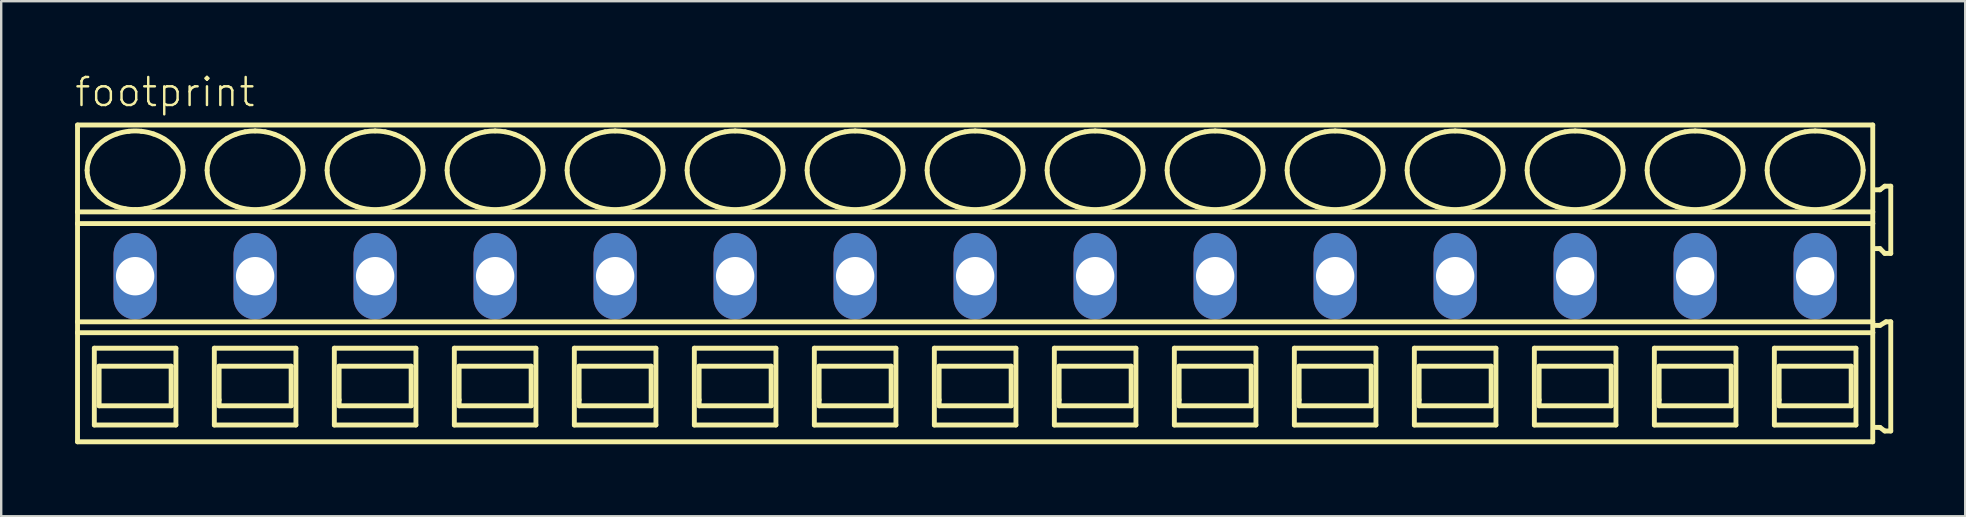
<source format=kicad_pcb>
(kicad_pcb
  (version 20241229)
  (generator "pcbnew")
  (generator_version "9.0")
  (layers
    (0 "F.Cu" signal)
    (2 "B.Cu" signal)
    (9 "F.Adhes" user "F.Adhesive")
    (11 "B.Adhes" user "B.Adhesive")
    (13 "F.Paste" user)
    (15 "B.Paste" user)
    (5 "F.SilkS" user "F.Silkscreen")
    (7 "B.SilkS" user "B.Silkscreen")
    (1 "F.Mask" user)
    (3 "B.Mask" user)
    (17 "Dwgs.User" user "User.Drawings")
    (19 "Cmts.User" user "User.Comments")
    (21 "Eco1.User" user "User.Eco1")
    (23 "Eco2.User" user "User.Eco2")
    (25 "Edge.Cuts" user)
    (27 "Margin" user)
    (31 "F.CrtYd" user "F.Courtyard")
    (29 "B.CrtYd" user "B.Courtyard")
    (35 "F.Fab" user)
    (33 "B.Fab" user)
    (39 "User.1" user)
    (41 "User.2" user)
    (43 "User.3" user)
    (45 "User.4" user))
  (footprint "footprint"
    (layer "F.Cu")
    (at 5.08 8.458)
    (property "Reference" "footprint" (at -5.08 -6.985 0) (layer "F.SilkS") (effects (font (size 1.168 1.168) (thickness 0.102)) (justify left bottom)))
    (fp_line (start -4.9 -6.3) (end -4.9 -2.679) (stroke (width 0.203) (type solid)) (layer "F.SilkS"))
    (fp_line (start -4.9 -2.679) (end -4.9 -2.192) (stroke (width 0.203) (type solid)) (layer "F.SilkS"))
    (fp_line (start -4.9 -2.192) (end -4.9 1.902) (stroke (width 0.203) (type solid)) (layer "F.SilkS"))
    (fp_line (start -4.9 1.902) (end -4.9 2.354) (stroke (width 0.203) (type solid)) (layer "F.SilkS"))
    (fp_line (start -4.9 2.354) (end -4.9 6.9) (stroke (width 0.203) (type solid)) (layer "F.SilkS"))
    (fp_line (start -4.9 6.9) (end 69.9 6.9) (stroke (width 0.203) (type solid)) (layer "F.SilkS"))
    (fp_line (start -4.2 3) (end -4.2 6.2) (stroke (width 0.203) (type solid)) (layer "F.SilkS"))
    (fp_line (start -4.2 6.2) (end -0.8 6.2) (stroke (width 0.203) (type solid)) (layer "F.SilkS"))
    (fp_line (start -4 3.75) (end -4 5.4) (stroke (width 0.203) (type solid)) (layer "F.SilkS"))
    (fp_line (start -4 5.4) (end -1 5.4) (stroke (width 0.203) (type solid)) (layer "F.SilkS"))
    (fp_line (start -1 3.75) (end -4 3.75) (stroke (width 0.203) (type solid)) (layer "F.SilkS"))
    (fp_line (start -1 5.4) (end -1 3.75) (stroke (width 0.203) (type solid)) (layer "F.SilkS"))
    (fp_line (start -0.8 3) (end -4.2 3) (stroke (width 0.203) (type solid)) (layer "F.SilkS"))
    (fp_line (start -0.8 6.2) (end -0.8 3) (stroke (width 0.203) (type solid)) (layer "F.SilkS"))
    (fp_line (start 0.8 3) (end 0.8 6.2) (stroke (width 0.203) (type solid)) (layer "F.SilkS"))
    (fp_line (start 0.8 6.2) (end 4.2 6.2) (stroke (width 0.203) (type solid)) (layer "F.SilkS"))
    (fp_line (start 1 3.75) (end 1 5.15) (stroke (width 0.203) (type solid)) (layer "F.SilkS"))
    (fp_line (start 1 5.15) (end 1 5.4) (stroke (width 0.203) (type solid)) (layer "F.SilkS"))
    (fp_line (start 1 5.4) (end 4 5.4) (stroke (width 0.203) (type solid)) (layer "F.SilkS"))
    (fp_line (start 4 3.75) (end 1 3.75) (stroke (width 0.203) (type solid)) (layer "F.SilkS"))
    (fp_line (start 4 5.4) (end 4 3.75) (stroke (width 0.203) (type solid)) (layer "F.SilkS"))
    (fp_line (start 4.2 3) (end 0.8 3) (stroke (width 0.203) (type solid)) (layer "F.SilkS"))
    (fp_line (start 4.2 6.2) (end 4.2 3) (stroke (width 0.203) (type solid)) (layer "F.SilkS"))
    (fp_line (start 5.8 3) (end 5.8 6.2) (stroke (width 0.203) (type solid)) (layer "F.SilkS"))
    (fp_line (start 5.8 6.2) (end 9.2 6.2) (stroke (width 0.203) (type solid)) (layer "F.SilkS"))
    (fp_line (start 6 3.75) (end 6 5.15) (stroke (width 0.203) (type solid)) (layer "F.SilkS"))
    (fp_line (start 6 5.15) (end 6 5.4) (stroke (width 0.203) (type solid)) (layer "F.SilkS"))
    (fp_line (start 6 5.4) (end 9 5.4) (stroke (width 0.203) (type solid)) (layer "F.SilkS"))
    (fp_line (start 9 3.75) (end 6 3.75) (stroke (width 0.203) (type solid)) (layer "F.SilkS"))
    (fp_line (start 9 5.4) (end 9 3.75) (stroke (width 0.203) (type solid)) (layer "F.SilkS"))
    (fp_line (start 9.2 3) (end 5.8 3) (stroke (width 0.203) (type solid)) (layer "F.SilkS"))
    (fp_line (start 9.2 6.2) (end 9.2 3) (stroke (width 0.203) (type solid)) (layer "F.SilkS"))
    (fp_line (start 10.8 3) (end 10.8 6.2) (stroke (width 0.203) (type solid)) (layer "F.SilkS"))
    (fp_line (start 10.8 6.2) (end 14.2 6.2) (stroke (width 0.203) (type solid)) (layer "F.SilkS"))
    (fp_line (start 11 3.75) (end 11 5.15) (stroke (width 0.203) (type solid)) (layer "F.SilkS"))
    (fp_line (start 11 5.15) (end 11 5.4) (stroke (width 0.203) (type solid)) (layer "F.SilkS"))
    (fp_line (start 11 5.4) (end 14 5.4) (stroke (width 0.203) (type solid)) (layer "F.SilkS"))
    (fp_line (start 14 3.75) (end 11 3.75) (stroke (width 0.203) (type solid)) (layer "F.SilkS"))
    (fp_line (start 14 5.4) (end 14 3.75) (stroke (width 0.203) (type solid)) (layer "F.SilkS"))
    (fp_line (start 14.2 3) (end 10.8 3) (stroke (width 0.203) (type solid)) (layer "F.SilkS"))
    (fp_line (start 14.2 6.2) (end 14.2 3) (stroke (width 0.203) (type solid)) (layer "F.SilkS"))
    (fp_line (start 15.8 3) (end 15.8 6.2) (stroke (width 0.203) (type solid)) (layer "F.SilkS"))
    (fp_line (start 15.8 6.2) (end 19.2 6.2) (stroke (width 0.203) (type solid)) (layer "F.SilkS"))
    (fp_line (start 16 3.75) (end 16 5.15) (stroke (width 0.203) (type solid)) (layer "F.SilkS"))
    (fp_line (start 16 5.15) (end 16 5.4) (stroke (width 0.203) (type solid)) (layer "F.SilkS"))
    (fp_line (start 16 5.4) (end 19 5.4) (stroke (width 0.203) (type solid)) (layer "F.SilkS"))
    (fp_line (start 19 3.75) (end 16 3.75) (stroke (width 0.203) (type solid)) (layer "F.SilkS"))
    (fp_line (start 19 5.4) (end 19 3.75) (stroke (width 0.203) (type solid)) (layer "F.SilkS"))
    (fp_line (start 19.2 3) (end 15.8 3) (stroke (width 0.203) (type solid)) (layer "F.SilkS"))
    (fp_line (start 19.2 6.2) (end 19.2 3) (stroke (width 0.203) (type solid)) (layer "F.SilkS"))
    (fp_line (start 20.8 3) (end 20.8 6.2) (stroke (width 0.203) (type solid)) (layer "F.SilkS"))
    (fp_line (start 20.8 6.2) (end 24.2 6.2) (stroke (width 0.203) (type solid)) (layer "F.SilkS"))
    (fp_line (start 21 3.75) (end 21 5.15) (stroke (width 0.203) (type solid)) (layer "F.SilkS"))
    (fp_line (start 21 5.15) (end 21 5.4) (stroke (width 0.203) (type solid)) (layer "F.SilkS"))
    (fp_line (start 21 5.4) (end 24 5.4) (stroke (width 0.203) (type solid)) (layer "F.SilkS"))
    (fp_line (start 24 3.75) (end 21 3.75) (stroke (width 0.203) (type solid)) (layer "F.SilkS"))
    (fp_line (start 24 5.4) (end 24 3.75) (stroke (width 0.203) (type solid)) (layer "F.SilkS"))
    (fp_line (start 24.2 3) (end 20.8 3) (stroke (width 0.203) (type solid)) (layer "F.SilkS"))
    (fp_line (start 24.2 6.2) (end 24.2 3) (stroke (width 0.203) (type solid)) (layer "F.SilkS"))
    (fp_line (start 25.8 3) (end 25.8 6.2) (stroke (width 0.203) (type solid)) (layer "F.SilkS"))
    (fp_line (start 25.8 6.2) (end 29.2 6.2) (stroke (width 0.203) (type solid)) (layer "F.SilkS"))
    (fp_line (start 26 3.75) (end 26 5.15) (stroke (width 0.203) (type solid)) (layer "F.SilkS"))
    (fp_line (start 26 5.15) (end 26 5.4) (stroke (width 0.203) (type solid)) (layer "F.SilkS"))
    (fp_line (start 26 5.4) (end 29 5.4) (stroke (width 0.203) (type solid)) (layer "F.SilkS"))
    (fp_line (start 29 3.75) (end 26 3.75) (stroke (width 0.203) (type solid)) (layer "F.SilkS"))
    (fp_line (start 29 5.4) (end 29 3.75) (stroke (width 0.203) (type solid)) (layer "F.SilkS"))
    (fp_line (start 29.2 3) (end 25.8 3) (stroke (width 0.203) (type solid)) (layer "F.SilkS"))
    (fp_line (start 29.2 6.2) (end 29.2 3) (stroke (width 0.203) (type solid)) (layer "F.SilkS"))
    (fp_line (start 30.8 3) (end 30.8 6.2) (stroke (width 0.203) (type solid)) (layer "F.SilkS"))
    (fp_line (start 30.8 6.2) (end 34.2 6.2) (stroke (width 0.203) (type solid)) (layer "F.SilkS"))
    (fp_line (start 31 3.75) (end 31 5.15) (stroke (width 0.203) (type solid)) (layer "F.SilkS"))
    (fp_line (start 31 5.15) (end 31 5.4) (stroke (width 0.203) (type solid)) (layer "F.SilkS"))
    (fp_line (start 31 5.4) (end 34 5.4) (stroke (width 0.203) (type solid)) (layer "F.SilkS"))
    (fp_line (start 34 3.75) (end 31 3.75) (stroke (width 0.203) (type solid)) (layer "F.SilkS"))
    (fp_line (start 34 5.4) (end 34 3.75) (stroke (width 0.203) (type solid)) (layer "F.SilkS"))
    (fp_line (start 34.2 3) (end 30.8 3) (stroke (width 0.203) (type solid)) (layer "F.SilkS"))
    (fp_line (start 34.2 6.2) (end 34.2 3) (stroke (width 0.203) (type solid)) (layer "F.SilkS"))
    (fp_line (start 35.8 3) (end 35.8 6.2) (stroke (width 0.203) (type solid)) (layer "F.SilkS"))
    (fp_line (start 35.8 6.2) (end 39.2 6.2) (stroke (width 0.203) (type solid)) (layer "F.SilkS"))
    (fp_line (start 36 3.75) (end 36 5.15) (stroke (width 0.203) (type solid)) (layer "F.SilkS"))
    (fp_line (start 36 5.15) (end 36 5.4) (stroke (width 0.203) (type solid)) (layer "F.SilkS"))
    (fp_line (start 36 5.4) (end 39 5.4) (stroke (width 0.203) (type solid)) (layer "F.SilkS"))
    (fp_line (start 39 3.75) (end 36 3.75) (stroke (width 0.203) (type solid)) (layer "F.SilkS"))
    (fp_line (start 39 5.4) (end 39 3.75) (stroke (width 0.203) (type solid)) (layer "F.SilkS"))
    (fp_line (start 39.2 3) (end 35.8 3) (stroke (width 0.203) (type solid)) (layer "F.SilkS"))
    (fp_line (start 39.2 6.2) (end 39.2 3) (stroke (width 0.203) (type solid)) (layer "F.SilkS"))
    (fp_line (start 40.8 3) (end 40.8 6.2) (stroke (width 0.203) (type solid)) (layer "F.SilkS"))
    (fp_line (start 40.8 6.2) (end 44.2 6.2) (stroke (width 0.203) (type solid)) (layer "F.SilkS"))
    (fp_line (start 41 3.75) (end 41 5.15) (stroke (width 0.203) (type solid)) (layer "F.SilkS"))
    (fp_line (start 41 5.15) (end 41 5.4) (stroke (width 0.203) (type solid)) (layer "F.SilkS"))
    (fp_line (start 41 5.4) (end 44 5.4) (stroke (width 0.203) (type solid)) (layer "F.SilkS"))
    (fp_line (start 44 3.75) (end 41 3.75) (stroke (width 0.203) (type solid)) (layer "F.SilkS"))
    (fp_line (start 44 5.4) (end 44 3.75) (stroke (width 0.203) (type solid)) (layer "F.SilkS"))
    (fp_line (start 44.2 3) (end 40.8 3) (stroke (width 0.203) (type solid)) (layer "F.SilkS"))
    (fp_line (start 44.2 6.2) (end 44.2 3) (stroke (width 0.203) (type solid)) (layer "F.SilkS"))
    (fp_line (start 45.8 3) (end 45.8 6.2) (stroke (width 0.203) (type solid)) (layer "F.SilkS"))
    (fp_line (start 45.8 6.2) (end 49.2 6.2) (stroke (width 0.203) (type solid)) (layer "F.SilkS"))
    (fp_line (start 46 3.75) (end 46 5.15) (stroke (width 0.203) (type solid)) (layer "F.SilkS"))
    (fp_line (start 46 5.15) (end 46 5.4) (stroke (width 0.203) (type solid)) (layer "F.SilkS"))
    (fp_line (start 46 5.4) (end 49 5.4) (stroke (width 0.203) (type solid)) (layer "F.SilkS"))
    (fp_line (start 49 3.75) (end 46 3.75) (stroke (width 0.203) (type solid)) (layer "F.SilkS"))
    (fp_line (start 49 5.4) (end 49 3.75) (stroke (width 0.203) (type solid)) (layer "F.SilkS"))
    (fp_line (start 49.2 3) (end 45.8 3) (stroke (width 0.203) (type solid)) (layer "F.SilkS"))
    (fp_line (start 49.2 6.2) (end 49.2 3) (stroke (width 0.203) (type solid)) (layer "F.SilkS"))
    (fp_line (start 50.8 3) (end 50.8 6.2) (stroke (width 0.203) (type solid)) (layer "F.SilkS"))
    (fp_line (start 50.8 6.2) (end 54.2 6.2) (stroke (width 0.203) (type solid)) (layer "F.SilkS"))
    (fp_line (start 51 3.75) (end 51 5.15) (stroke (width 0.203) (type solid)) (layer "F.SilkS"))
    (fp_line (start 51 5.15) (end 51 5.4) (stroke (width 0.203) (type solid)) (layer "F.SilkS"))
    (fp_line (start 51 5.4) (end 54 5.4) (stroke (width 0.203) (type solid)) (layer "F.SilkS"))
    (fp_line (start 54 3.75) (end 51 3.75) (stroke (width 0.203) (type solid)) (layer "F.SilkS"))
    (fp_line (start 54 5.4) (end 54 3.75) (stroke (width 0.203) (type solid)) (layer "F.SilkS"))
    (fp_line (start 54.2 3) (end 50.8 3) (stroke (width 0.203) (type solid)) (layer "F.SilkS"))
    (fp_line (start 54.2 6.2) (end 54.2 3) (stroke (width 0.203) (type solid)) (layer "F.SilkS"))
    (fp_line (start 55.8 3) (end 55.8 6.2) (stroke (width 0.203) (type solid)) (layer "F.SilkS"))
    (fp_line (start 55.8 6.2) (end 59.2 6.2) (stroke (width 0.203) (type solid)) (layer "F.SilkS"))
    (fp_line (start 56 3.75) (end 56 5.15) (stroke (width 0.203) (type solid)) (layer "F.SilkS"))
    (fp_line (start 56 5.15) (end 56 5.4) (stroke (width 0.203) (type solid)) (layer "F.SilkS"))
    (fp_line (start 56 5.4) (end 59 5.4) (stroke (width 0.203) (type solid)) (layer "F.SilkS"))
    (fp_line (start 59 3.75) (end 56 3.75) (stroke (width 0.203) (type solid)) (layer "F.SilkS"))
    (fp_line (start 59 5.4) (end 59 3.75) (stroke (width 0.203) (type solid)) (layer "F.SilkS"))
    (fp_line (start 59.2 3) (end 55.8 3) (stroke (width 0.203) (type solid)) (layer "F.SilkS"))
    (fp_line (start 59.2 6.2) (end 59.2 3) (stroke (width 0.203) (type solid)) (layer "F.SilkS"))
    (fp_line (start 60.8 3) (end 60.8 6.2) (stroke (width 0.203) (type solid)) (layer "F.SilkS"))
    (fp_line (start 60.8 6.2) (end 64.2 6.2) (stroke (width 0.203) (type solid)) (layer "F.SilkS"))
    (fp_line (start 61 3.75) (end 61 5.15) (stroke (width 0.203) (type solid)) (layer "F.SilkS"))
    (fp_line (start 61 5.15) (end 61 5.4) (stroke (width 0.203) (type solid)) (layer "F.SilkS"))
    (fp_line (start 61 5.4) (end 64 5.4) (stroke (width 0.203) (type solid)) (layer "F.SilkS"))
    (fp_line (start 64 3.75) (end 61 3.75) (stroke (width 0.203) (type solid)) (layer "F.SilkS"))
    (fp_line (start 64 5.4) (end 64 3.75) (stroke (width 0.203) (type solid)) (layer "F.SilkS"))
    (fp_line (start 64.2 3) (end 60.8 3) (stroke (width 0.203) (type solid)) (layer "F.SilkS"))
    (fp_line (start 64.2 6.2) (end 64.2 3) (stroke (width 0.203) (type solid)) (layer "F.SilkS"))
    (fp_line (start 65.8 3) (end 65.8 6.2) (stroke (width 0.203) (type solid)) (layer "F.SilkS"))
    (fp_line (start 65.8 6.2) (end 69.2 6.2) (stroke (width 0.203) (type solid)) (layer "F.SilkS"))
    (fp_line (start 66 3.75) (end 66 5.15) (stroke (width 0.203) (type solid)) (layer "F.SilkS"))
    (fp_line (start 66 5.15) (end 66 5.4) (stroke (width 0.203) (type solid)) (layer "F.SilkS"))
    (fp_line (start 66 5.4) (end 69 5.4) (stroke (width 0.203) (type solid)) (layer "F.SilkS"))
    (fp_line (start 69 3.75) (end 66 3.75) (stroke (width 0.203) (type solid)) (layer "F.SilkS"))
    (fp_line (start 69 5.4) (end 69 3.75) (stroke (width 0.203) (type solid)) (layer "F.SilkS"))
    (fp_line (start 69.2 3) (end 65.8 3) (stroke (width 0.203) (type solid)) (layer "F.SilkS"))
    (fp_line (start 69.2 6.2) (end 69.2 3) (stroke (width 0.203) (type solid)) (layer "F.SilkS"))
    (fp_line (start 69.9 -6.3) (end -4.9 -6.3) (stroke (width 0.203) (type solid)) (layer "F.SilkS"))
    (fp_line (start 69.9 -2.679) (end -4.9 -2.679) (stroke (width 0.203) (type solid)) (layer "F.SilkS"))
    (fp_line (start 69.9 -2.679) (end 69.9 -6.3) (stroke (width 0.203) (type solid)) (layer "F.SilkS"))
    (fp_line (start 69.9 -2.192) (end -4.9 -2.192) (stroke (width 0.203) (type solid)) (layer "F.SilkS"))
    (fp_line (start 69.9 -2.192) (end 69.9 -2.679) (stroke (width 0.203) (type solid)) (layer "F.SilkS"))
    (fp_line (start 69.9 1.902) (end -4.9 1.902) (stroke (width 0.203) (type solid)) (layer "F.SilkS"))
    (fp_line (start 69.9 1.902) (end 69.9 -2.192) (stroke (width 0.203) (type solid)) (layer "F.SilkS"))
    (fp_line (start 69.9 2.354) (end -4.9 2.354) (stroke (width 0.203) (type solid)) (layer "F.SilkS"))
    (fp_line (start 69.9 2.354) (end 69.9 1.902) (stroke (width 0.203) (type solid)) (layer "F.SilkS"))
    (fp_line (start 69.9 6.9) (end 69.9 2.354) (stroke (width 0.203) (type solid)) (layer "F.SilkS"))
    (fp_line (start 70 -1.15) (end 70.2 -1.15) (stroke (width 0.203) (type solid)) (layer "F.SilkS"))
    (fp_line (start 70 6.3) (end 70.2 6.3) (stroke (width 0.203) (type solid)) (layer "F.SilkS"))
    (fp_line (start 70.2 -3.6) (end 70 -3.6) (stroke (width 0.203) (type solid)) (layer "F.SilkS"))
    (fp_line (start 70.2 -1.15) (end 70.4 -0.95) (stroke (width 0.203) (type solid)) (layer "F.SilkS"))
    (fp_line (start 70.2 2.05) (end 70 2.05) (stroke (width 0.203) (type solid)) (layer "F.SilkS"))
    (fp_line (start 70.2 6.3) (end 70.4 6.45) (stroke (width 0.203) (type solid)) (layer "F.SilkS"))
    (fp_line (start 70.4 -3.75) (end 70.2 -3.6) (stroke (width 0.203) (type solid)) (layer "F.SilkS"))
    (fp_line (start 70.4 -0.95) (end 70.65 -0.95) (stroke (width 0.203) (type solid)) (layer "F.SilkS"))
    (fp_line (start 70.4 6.45) (end 70.65 6.45) (stroke (width 0.203) (type solid)) (layer "F.SilkS"))
    (fp_line (start 70.45 1.9) (end 70.2 2.05) (stroke (width 0.203) (type solid)) (layer "F.SilkS"))
    (fp_line (start 70.65 -3.75) (end 70.4 -3.75) (stroke (width 0.203) (type solid)) (layer "F.SilkS"))
    (fp_line (start 70.65 -0.95) (end 70.65 -3.75) (stroke (width 0.203) (type solid)) (layer "F.SilkS"))
    (fp_line (start 70.65 1.9) (end 70.45 1.9) (stroke (width 0.203) (type solid)) (layer "F.SilkS"))
    (fp_line (start 70.65 6.45) (end 70.65 1.9) (stroke (width 0.203) (type solid)) (layer "F.SilkS"))
    (fp_arc (start -4.5 -4.4136) (mid -4.488905 -4.585389) (end -4.4562 -4.7544) (stroke (width 0.2032) (type solid)) (layer "F.SilkS"))
    (fp_arc (start -4.4695 -4.1287) (mid -4.492308 -4.270341) (end -4.5 -4.4136) (stroke (width 0.2032) (type solid)) (layer "F.SilkS"))
    (fp_arc (start -4.4562 -4.7544) (mid -4.401558 -4.920839) (end -4.3273 -5.0795) (stroke (width 0.2032) (type solid)) (layer "F.SilkS"))
    (fp_arc (start -4.3795 -3.8536) (mid -4.431599 -3.988827) (end -4.4695 -4.1287) (stroke (width 0.2032) (type solid)) (layer "F.SilkS"))
    (fp_arc (start -4.3274 -5.0795) (mid -4.216217 -5.252167) (end -4.0864 -5.4113) (stroke (width 0.2032) (type solid)) (layer "F.SilkS"))
    (fp_arc (start -4.232 -3.5945) (mid -4.312155 -3.720404) (end -4.3795 -3.8536) (stroke (width 0.2032) (type solid)) (layer "F.SilkS"))
    (fp_arc (start -4.0864 -5.4113) (mid -3.911717 -5.573771) (end -3.718 -5.713) (stroke (width 0.2032) (type solid)) (layer "F.SilkS"))
    (fp_arc (start -3.9861 -3.3171) (mid -4.116737 -3.448975) (end -4.2321 -3.5944) (stroke (width 0.2032) (type solid)) (layer "F.SilkS"))
    (fp_arc (start -3.718 -5.713) (mid -3.497651 -5.83326) (end -3.2649 -5.9273) (stroke (width 0.2032) (type solid)) (layer "F.SilkS"))
    (fp_arc (start -3.676 -3.0884) (mid -3.836846 -3.194891) (end -3.9861 -3.3171) (stroke (width 0.2032) (type solid)) (layer "F.SilkS"))
    (fp_arc (start -3.313 -2.9167) (mid -3.498551 -2.993985) (end -3.676 -3.0884) (stroke (width 0.2032) (type solid)) (layer "F.SilkS"))
    (fp_arc (start -3.2649 -5.9273) (mid -3.016253 -5.996227) (end -2.7616 -6.0378) (stroke (width 0.2032) (type solid)) (layer "F.SilkS"))
    (fp_arc (start -2.9161 -2.8111) (mid -3.116893 -2.855096) (end -3.313 -2.9167) (stroke (width 0.2032) (type solid)) (layer "F.SilkS"))
    (fp_arc (start -2.7616 -6.0378) (mid -2.5 -6.051841) (end -2.2384 -6.0378) (stroke (width 0.2032) (type solid)) (layer "F.SilkS"))
    (fp_arc (start -2.5 -2.7752) (mid -2.708826 -2.784159) (end -2.9161 -2.8111) (stroke (width 0.2032) (type solid)) (layer "F.SilkS"))
    (fp_arc (start -2.2384 -6.0378) (mid -1.983714 -5.996379) (end -1.7351 -5.9273) (stroke (width 0.2032) (type solid)) (layer "F.SilkS"))
    (fp_arc (start -2.0839 -2.8111) (mid -2.291182 -2.784277) (end -2.5 -2.7753) (stroke (width 0.2032) (type solid)) (layer "F.SilkS"))
    (fp_arc (start -1.7351 -5.9273) (mid -1.502222 -5.83353) (end -1.282 -5.713) (stroke (width 0.2032) (type solid)) (layer "F.SilkS"))
    (fp_arc (start -1.687 -2.9167) (mid -1.883129 -2.855175) (end -2.0839 -2.8111) (stroke (width 0.2032) (type solid)) (layer "F.SilkS"))
    (fp_arc (start -1.324 -3.0884) (mid -1.501514 -2.994123) (end -1.687 -2.9167) (stroke (width 0.2032) (type solid)) (layer "F.SilkS"))
    (fp_arc (start -1.282 -5.713) (mid -1.088036 -5.574073) (end -0.9136 -5.4113) (stroke (width 0.2032) (type solid)) (layer "F.SilkS"))
    (fp_arc (start -1.0139 -3.3171) (mid -1.163276 -3.195057) (end -1.324 -3.0884) (stroke (width 0.2032) (type solid)) (layer "F.SilkS"))
    (fp_arc (start -0.9137 -5.4112) (mid -0.781313 -5.253987) (end -0.6727 -5.0795) (stroke (width 0.2032) (type solid)) (layer "F.SilkS"))
    (fp_arc (start -0.7679 -3.5944) (mid -0.88339 -3.449088) (end -1.0139 -3.3171) (stroke (width 0.2032) (type solid)) (layer "F.SilkS"))
    (fp_arc (start -0.6727 -5.0795) (mid -0.598286 -4.920901) (end -0.5438 -4.7544) (stroke (width 0.2032) (type solid)) (layer "F.SilkS"))
    (fp_arc (start -0.6204 -3.8536) (mid -0.687861 -3.720421) (end -0.7679 -3.5944) (stroke (width 0.2032) (type solid)) (layer "F.SilkS"))
    (fp_arc (start -0.5438 -4.7544) (mid -0.511083 -4.58539) (end -0.5 -4.4136) (stroke (width 0.2032) (type solid)) (layer "F.SilkS"))
    (fp_arc (start -0.5305 -4.1287) (mid -0.568473 -3.988851) (end -0.6205 -3.8536) (stroke (width 0.2032) (type solid)) (layer "F.SilkS"))
    (fp_arc (start -0.5001 -4.4136) (mid -0.507739 -4.270343) (end -0.5305 -4.1287) (stroke (width 0.2032) (type solid)) (layer "F.SilkS"))
    (fp_arc (start 0.5 -4.4136) (mid 0.507693 -4.556809) (end 0.5305 -4.6984) (stroke (width 0.2032) (type solid)) (layer "F.SilkS"))
    (fp_arc (start 0.5305 -4.6984) (mid 0.568467 -4.8383) (end 0.6205 -4.9736) (stroke (width 0.2032) (type solid)) (layer "F.SilkS"))
    (fp_arc (start 0.5438 -4.0727) (mid 0.511073 -4.241759) (end 0.5 -4.4136) (stroke (width 0.2032) (type solid)) (layer "F.SilkS"))
    (fp_arc (start 0.6204 -4.9736) (mid 0.687866 -5.106728) (end 0.7679 -5.2327) (stroke (width 0.2032) (type solid)) (layer "F.SilkS"))
    (fp_arc (start 0.6727 -3.7476) (mid 0.598289 -3.9062) (end 0.5438 -4.0727) (stroke (width 0.2032) (type solid)) (layer "F.SilkS"))
    (fp_arc (start 0.7679 -5.2327) (mid 0.883386 -5.378016) (end 1.0139 -5.51) (stroke (width 0.2032) (type solid)) (layer "F.SilkS"))
    (fp_arc (start 0.9136 -3.4159) (mid 0.781267 -3.57312) (end 0.6727 -3.7476) (stroke (width 0.2032) (type solid)) (layer "F.SilkS"))
    (fp_arc (start 1.0139 -5.51) (mid 1.163277 -5.632042) (end 1.324 -5.7387) (stroke (width 0.2032) (type solid)) (layer "F.SilkS"))
    (fp_arc (start 1.282 -3.1141) (mid 1.088032 -3.253077) (end 0.9136 -3.4159) (stroke (width 0.2032) (type solid)) (layer "F.SilkS"))
    (fp_arc (start 1.324 -5.7387) (mid 1.501514 -5.832977) (end 1.687 -5.9104) (stroke (width 0.2032) (type solid)) (layer "F.SilkS"))
    (fp_arc (start 1.687 -5.9104) (mid 1.883129 -5.971925) (end 2.0839 -6.016) (stroke (width 0.2032) (type solid)) (layer "F.SilkS"))
    (fp_arc (start 1.7351 -2.8998) (mid 1.502222 -2.993571) (end 1.282 -3.1141) (stroke (width 0.2032) (type solid)) (layer "F.SilkS"))
    (fp_arc (start 2.0839 -6.0161) (mid 2.291183 -6.042919) (end 2.5 -6.0519) (stroke (width 0.2032) (type solid)) (layer "F.SilkS"))
    (fp_arc (start 2.2384 -2.7893) (mid 1.983714 -2.830721) (end 1.7351 -2.8998) (stroke (width 0.2032) (type solid)) (layer "F.SilkS"))
    (fp_arc (start 2.5 -6.0519) (mid 2.708826 -6.042941) (end 2.9161 -6.016) (stroke (width 0.2032) (type solid)) (layer "F.SilkS"))
    (fp_arc (start 2.7616 -2.7893) (mid 2.5 -2.775259) (end 2.2384 -2.7893) (stroke (width 0.2032) (type solid)) (layer "F.SilkS"))
    (fp_arc (start 2.9161 -6.016) (mid 3.116893 -5.972004) (end 3.313 -5.9104) (stroke (width 0.2032) (type solid)) (layer "F.SilkS"))
    (fp_arc (start 3.2649 -2.8998) (mid 3.016253 -2.830873) (end 2.7616 -2.7893) (stroke (width 0.2032) (type solid)) (layer "F.SilkS"))
    (fp_arc (start 3.313 -5.9104) (mid 3.498552 -5.833116) (end 3.676 -5.7387) (stroke (width 0.2032) (type solid)) (layer "F.SilkS"))
    (fp_arc (start 3.676 -5.7387) (mid 3.836846 -5.632209) (end 3.9861 -5.51) (stroke (width 0.2032) (type solid)) (layer "F.SilkS"))
    (fp_arc (start 3.718 -3.1141) (mid 3.497651 -2.993839) (end 3.2649 -2.8998) (stroke (width 0.2032) (type solid)) (layer "F.SilkS"))
    (fp_arc (start 3.9861 -5.51) (mid 4.116738 -5.378126) (end 4.2321 -5.2327) (stroke (width 0.2032) (type solid)) (layer "F.SilkS"))
    (fp_arc (start 4.0864 -3.4159) (mid 3.911721 -3.253378) (end 3.718 -3.1141) (stroke (width 0.2032) (type solid)) (layer "F.SilkS"))
    (fp_arc (start 4.2321 -5.2327) (mid 4.312204 -5.106793) (end 4.3795 -4.9736) (stroke (width 0.2032) (type solid)) (layer "F.SilkS"))
    (fp_arc (start 4.3273 -3.7476) (mid 4.216161 -3.574988) (end 4.0864 -3.4159) (stroke (width 0.2032) (type solid)) (layer "F.SilkS"))
    (fp_arc (start 4.3795 -4.9736) (mid 4.431605 -4.838324) (end 4.4695 -4.6984) (stroke (width 0.2032) (type solid)) (layer "F.SilkS"))
    (fp_arc (start 4.4562 -4.0727) (mid 4.401557 -3.906262) (end 4.3273 -3.7476) (stroke (width 0.2032) (type solid)) (layer "F.SilkS"))
    (fp_arc (start 4.4695 -4.6984) (mid 4.4923 -4.556809) (end 4.5 -4.4136) (stroke (width 0.2032) (type solid)) (layer "F.SilkS"))
    (fp_arc (start 4.5 -4.4136) (mid 4.488914 -4.241761) (end 4.4562 -4.0727) (stroke (width 0.2032) (type solid)) (layer "F.SilkS"))
    (fp_arc (start 5.5 -4.4136) (mid 5.507693 -4.556809) (end 5.5305 -4.6984) (stroke (width 0.2032) (type solid)) (layer "F.SilkS"))
    (fp_arc (start 5.5305 -4.6984) (mid 5.568467 -4.8383) (end 5.6205 -4.9736) (stroke (width 0.2032) (type solid)) (layer "F.SilkS"))
    (fp_arc (start 5.5438 -4.0727) (mid 5.511073 -4.241759) (end 5.5 -4.4136) (stroke (width 0.2032) (type solid)) (layer "F.SilkS"))
    (fp_arc (start 5.6204 -4.9736) (mid 5.687866 -5.106728) (end 5.7679 -5.2327) (stroke (width 0.2032) (type solid)) (layer "F.SilkS"))
    (fp_arc (start 5.6727 -3.7476) (mid 5.598289 -3.9062) (end 5.5438 -4.0727) (stroke (width 0.2032) (type solid)) (layer "F.SilkS"))
    (fp_arc (start 5.7679 -5.2327) (mid 5.883386 -5.378016) (end 6.0139 -5.51) (stroke (width 0.2032) (type solid)) (layer "F.SilkS"))
    (fp_arc (start 5.9136 -3.4159) (mid 5.781267 -3.57312) (end 5.6727 -3.7476) (stroke (width 0.2032) (type solid)) (layer "F.SilkS"))
    (fp_arc (start 6.0139 -5.51) (mid 6.163277 -5.632042) (end 6.324 -5.7387) (stroke (width 0.2032) (type solid)) (layer "F.SilkS"))
    (fp_arc (start 6.282 -3.1141) (mid 6.088032 -3.253077) (end 5.9136 -3.4159) (stroke (width 0.2032) (type solid)) (layer "F.SilkS"))
    (fp_arc (start 6.324 -5.7387) (mid 6.501514 -5.832977) (end 6.687 -5.9104) (stroke (width 0.2032) (type solid)) (layer "F.SilkS"))
    (fp_arc (start 6.687 -5.9104) (mid 6.883129 -5.971925) (end 7.0839 -6.016) (stroke (width 0.2032) (type solid)) (layer "F.SilkS"))
    (fp_arc (start 6.7351 -2.8998) (mid 6.502222 -2.993571) (end 6.282 -3.1141) (stroke (width 0.2032) (type solid)) (layer "F.SilkS"))
    (fp_arc (start 7.0839 -6.0161) (mid 7.291183 -6.042919) (end 7.5 -6.0519) (stroke (width 0.2032) (type solid)) (layer "F.SilkS"))
    (fp_arc (start 7.2384 -2.7893) (mid 6.983714 -2.830721) (end 6.7351 -2.8998) (stroke (width 0.2032) (type solid)) (layer "F.SilkS"))
    (fp_arc (start 7.5 -6.0519) (mid 7.708826 -6.042941) (end 7.9161 -6.016) (stroke (width 0.2032) (type solid)) (layer "F.SilkS"))
    (fp_arc (start 7.7616 -2.7893) (mid 7.5 -2.775259) (end 7.2384 -2.7893) (stroke (width 0.2032) (type solid)) (layer "F.SilkS"))
    (fp_arc (start 7.9161 -6.016) (mid 8.116893 -5.972004) (end 8.313 -5.9104) (stroke (width 0.2032) (type solid)) (layer "F.SilkS"))
    (fp_arc (start 8.2649 -2.8998) (mid 8.016253 -2.830873) (end 7.7616 -2.7893) (stroke (width 0.2032) (type solid)) (layer "F.SilkS"))
    (fp_arc (start 8.313 -5.9104) (mid 8.498552 -5.833116) (end 8.676 -5.7387) (stroke (width 0.2032) (type solid)) (layer "F.SilkS"))
    (fp_arc (start 8.676 -5.7387) (mid 8.836846 -5.632209) (end 8.9861 -5.51) (stroke (width 0.2032) (type solid)) (layer "F.SilkS"))
    (fp_arc (start 8.718 -3.1141) (mid 8.497651 -2.993839) (end 8.2649 -2.8998) (stroke (width 0.2032) (type solid)) (layer "F.SilkS"))
    (fp_arc (start 8.9861 -5.51) (mid 9.116738 -5.378126) (end 9.2321 -5.2327) (stroke (width 0.2032) (type solid)) (layer "F.SilkS"))
    (fp_arc (start 9.0864 -3.4159) (mid 8.911721 -3.253378) (end 8.718 -3.1141) (stroke (width 0.2032) (type solid)) (layer "F.SilkS"))
    (fp_arc (start 9.2321 -5.2327) (mid 9.312204 -5.106793) (end 9.3795 -4.9736) (stroke (width 0.2032) (type solid)) (layer "F.SilkS"))
    (fp_arc (start 9.3273 -3.7476) (mid 9.216161 -3.574988) (end 9.0864 -3.4159) (stroke (width 0.2032) (type solid)) (layer "F.SilkS"))
    (fp_arc (start 9.3795 -4.9736) (mid 9.431605 -4.838324) (end 9.4695 -4.6984) (stroke (width 0.2032) (type solid)) (layer "F.SilkS"))
    (fp_arc (start 9.4562 -4.0727) (mid 9.401557 -3.906262) (end 9.3273 -3.7476) (stroke (width 0.2032) (type solid)) (layer "F.SilkS"))
    (fp_arc (start 9.4695 -4.6984) (mid 9.4923 -4.556809) (end 9.5 -4.4136) (stroke (width 0.2032) (type solid)) (layer "F.SilkS"))
    (fp_arc (start 9.5 -4.4136) (mid 9.488914 -4.241761) (end 9.4562 -4.0727) (stroke (width 0.2032) (type solid)) (layer "F.SilkS"))
    (fp_arc (start 10.5 -4.4136) (mid 10.507693 -4.556809) (end 10.5305 -4.6984) (stroke (width 0.2032) (type solid)) (layer "F.SilkS"))
    (fp_arc (start 10.5305 -4.6984) (mid 10.568467 -4.8383) (end 10.6205 -4.9736) (stroke (width 0.2032) (type solid)) (layer "F.SilkS"))
    (fp_arc (start 10.5438 -4.0727) (mid 10.511073 -4.241759) (end 10.5 -4.4136) (stroke (width 0.2032) (type solid)) (layer "F.SilkS"))
    (fp_arc (start 10.6204 -4.9736) (mid 10.687866 -5.106728) (end 10.7679 -5.2327) (stroke (width 0.2032) (type solid)) (layer "F.SilkS"))
    (fp_arc (start 10.6727 -3.7476) (mid 10.598289 -3.9062) (end 10.5438 -4.0727) (stroke (width 0.2032) (type solid)) (layer "F.SilkS"))
    (fp_arc (start 10.7679 -5.2327) (mid 10.883386 -5.378016) (end 11.0139 -5.51) (stroke (width 0.2032) (type solid)) (layer "F.SilkS"))
    (fp_arc (start 10.9136 -3.4159) (mid 10.781267 -3.57312) (end 10.6727 -3.7476) (stroke (width 0.2032) (type solid)) (layer "F.SilkS"))
    (fp_arc (start 11.0139 -5.51) (mid 11.163277 -5.632042) (end 11.324 -5.7387) (stroke (width 0.2032) (type solid)) (layer "F.SilkS"))
    (fp_arc (start 11.282 -3.1141) (mid 11.088032 -3.253077) (end 10.9136 -3.4159) (stroke (width 0.2032) (type solid)) (layer "F.SilkS"))
    (fp_arc (start 11.324 -5.7387) (mid 11.501514 -5.832977) (end 11.687 -5.9104) (stroke (width 0.2032) (type solid)) (layer "F.SilkS"))
    (fp_arc (start 11.687 -5.9104) (mid 11.883129 -5.971925) (end 12.0839 -6.016) (stroke (width 0.2032) (type solid)) (layer "F.SilkS"))
    (fp_arc (start 11.7351 -2.8998) (mid 11.502222 -2.993571) (end 11.282 -3.1141) (stroke (width 0.2032) (type solid)) (layer "F.SilkS"))
    (fp_arc (start 12.0839 -6.0161) (mid 12.291183 -6.042919) (end 12.5 -6.0519) (stroke (width 0.2032) (type solid)) (layer "F.SilkS"))
    (fp_arc (start 12.2384 -2.7893) (mid 11.983714 -2.830721) (end 11.7351 -2.8998) (stroke (width 0.2032) (type solid)) (layer "F.SilkS"))
    (fp_arc (start 12.5 -6.0519) (mid 12.708826 -6.042941) (end 12.9161 -6.016) (stroke (width 0.2032) (type solid)) (layer "F.SilkS"))
    (fp_arc (start 12.7616 -2.7893) (mid 12.5 -2.775259) (end 12.2384 -2.7893) (stroke (width 0.2032) (type solid)) (layer "F.SilkS"))
    (fp_arc (start 12.9161 -6.016) (mid 13.116893 -5.972004) (end 13.313 -5.9104) (stroke (width 0.2032) (type solid)) (layer "F.SilkS"))
    (fp_arc (start 13.2649 -2.8998) (mid 13.016253 -2.830873) (end 12.7616 -2.7893) (stroke (width 0.2032) (type solid)) (layer "F.SilkS"))
    (fp_arc (start 13.313 -5.9104) (mid 13.498552 -5.833116) (end 13.676 -5.7387) (stroke (width 0.2032) (type solid)) (layer "F.SilkS"))
    (fp_arc (start 13.676 -5.7387) (mid 13.836846 -5.632209) (end 13.9861 -5.51) (stroke (width 0.2032) (type solid)) (layer "F.SilkS"))
    (fp_arc (start 13.718 -3.1141) (mid 13.497651 -2.993839) (end 13.2649 -2.8998) (stroke (width 0.2032) (type solid)) (layer "F.SilkS"))
    (fp_arc (start 13.9861 -5.51) (mid 14.116738 -5.378126) (end 14.2321 -5.2327) (stroke (width 0.2032) (type solid)) (layer "F.SilkS"))
    (fp_arc (start 14.0864 -3.4159) (mid 13.911721 -3.253378) (end 13.718 -3.1141) (stroke (width 0.2032) (type solid)) (layer "F.SilkS"))
    (fp_arc (start 14.2321 -5.2327) (mid 14.312204 -5.106793) (end 14.3795 -4.9736) (stroke (width 0.2032) (type solid)) (layer "F.SilkS"))
    (fp_arc (start 14.3273 -3.7476) (mid 14.216161 -3.574988) (end 14.0864 -3.4159) (stroke (width 0.2032) (type solid)) (layer "F.SilkS"))
    (fp_arc (start 14.3795 -4.9736) (mid 14.431605 -4.838324) (end 14.4695 -4.6984) (stroke (width 0.2032) (type solid)) (layer "F.SilkS"))
    (fp_arc (start 14.4562 -4.0727) (mid 14.401557 -3.906262) (end 14.3273 -3.7476) (stroke (width 0.2032) (type solid)) (layer "F.SilkS"))
    (fp_arc (start 14.4695 -4.6984) (mid 14.4923 -4.556809) (end 14.5 -4.4136) (stroke (width 0.2032) (type solid)) (layer "F.SilkS"))
    (fp_arc (start 14.5 -4.4136) (mid 14.488914 -4.241761) (end 14.4562 -4.0727) (stroke (width 0.2032) (type solid)) (layer "F.SilkS"))
    (fp_arc (start 15.5 -4.4136) (mid 15.507693 -4.556809) (end 15.5305 -4.6984) (stroke (width 0.2032) (type solid)) (layer "F.SilkS"))
    (fp_arc (start 15.5305 -4.6984) (mid 15.568467 -4.8383) (end 15.6205 -4.9736) (stroke (width 0.2032) (type solid)) (layer "F.SilkS"))
    (fp_arc (start 15.5438 -4.0727) (mid 15.511073 -4.241759) (end 15.5 -4.4136) (stroke (width 0.2032) (type solid)) (layer "F.SilkS"))
    (fp_arc (start 15.6204 -4.9736) (mid 15.687866 -5.106728) (end 15.7679 -5.2327) (stroke (width 0.2032) (type solid)) (layer "F.SilkS"))
    (fp_arc (start 15.6727 -3.7476) (mid 15.598289 -3.9062) (end 15.5438 -4.0727) (stroke (width 0.2032) (type solid)) (layer "F.SilkS"))
    (fp_arc (start 15.7679 -5.2327) (mid 15.883386 -5.378016) (end 16.0139 -5.51) (stroke (width 0.2032) (type solid)) (layer "F.SilkS"))
    (fp_arc (start 15.9136 -3.4159) (mid 15.781267 -3.57312) (end 15.6727 -3.7476) (stroke (width 0.2032) (type solid)) (layer "F.SilkS"))
    (fp_arc (start 16.0139 -5.51) (mid 16.163277 -5.632042) (end 16.324 -5.7387) (stroke (width 0.2032) (type solid)) (layer "F.SilkS"))
    (fp_arc (start 16.282 -3.1141) (mid 16.088032 -3.253077) (end 15.9136 -3.4159) (stroke (width 0.2032) (type solid)) (layer "F.SilkS"))
    (fp_arc (start 16.324 -5.7387) (mid 16.501514 -5.832977) (end 16.687 -5.9104) (stroke (width 0.2032) (type solid)) (layer "F.SilkS"))
    (fp_arc (start 16.687 -5.9104) (mid 16.883129 -5.971925) (end 17.0839 -6.016) (stroke (width 0.2032) (type solid)) (layer "F.SilkS"))
    (fp_arc (start 16.7351 -2.8998) (mid 16.502222 -2.993571) (end 16.282 -3.1141) (stroke (width 0.2032) (type solid)) (layer "F.SilkS"))
    (fp_arc (start 17.0839 -6.0161) (mid 17.291183 -6.042919) (end 17.5 -6.0519) (stroke (width 0.2032) (type solid)) (layer "F.SilkS"))
    (fp_arc (start 17.2384 -2.7893) (mid 16.983714 -2.830721) (end 16.7351 -2.8998) (stroke (width 0.2032) (type solid)) (layer "F.SilkS"))
    (fp_arc (start 17.5 -6.0519) (mid 17.708826 -6.042941) (end 17.9161 -6.016) (stroke (width 0.2032) (type solid)) (layer "F.SilkS"))
    (fp_arc (start 17.7616 -2.7893) (mid 17.5 -2.775259) (end 17.2384 -2.7893) (stroke (width 0.2032) (type solid)) (layer "F.SilkS"))
    (fp_arc (start 17.9161 -6.016) (mid 18.116893 -5.972004) (end 18.313 -5.9104) (stroke (width 0.2032) (type solid)) (layer "F.SilkS"))
    (fp_arc (start 18.2649 -2.8998) (mid 18.016253 -2.830873) (end 17.7616 -2.7893) (stroke (width 0.2032) (type solid)) (layer "F.SilkS"))
    (fp_arc (start 18.313 -5.9104) (mid 18.498552 -5.833116) (end 18.676 -5.7387) (stroke (width 0.2032) (type solid)) (layer "F.SilkS"))
    (fp_arc (start 18.676 -5.7387) (mid 18.836846 -5.632209) (end 18.9861 -5.51) (stroke (width 0.2032) (type solid)) (layer "F.SilkS"))
    (fp_arc (start 18.718 -3.1141) (mid 18.497651 -2.993839) (end 18.2649 -2.8998) (stroke (width 0.2032) (type solid)) (layer "F.SilkS"))
    (fp_arc (start 18.9861 -5.51) (mid 19.116738 -5.378126) (end 19.2321 -5.2327) (stroke (width 0.2032) (type solid)) (layer "F.SilkS"))
    (fp_arc (start 19.0864 -3.4159) (mid 18.911721 -3.253378) (end 18.718 -3.1141) (stroke (width 0.2032) (type solid)) (layer "F.SilkS"))
    (fp_arc (start 19.2321 -5.2327) (mid 19.312204 -5.106793) (end 19.3795 -4.9736) (stroke (width 0.2032) (type solid)) (layer "F.SilkS"))
    (fp_arc (start 19.3273 -3.7476) (mid 19.216161 -3.574988) (end 19.0864 -3.4159) (stroke (width 0.2032) (type solid)) (layer "F.SilkS"))
    (fp_arc (start 19.3795 -4.9736) (mid 19.431605 -4.838324) (end 19.4695 -4.6984) (stroke (width 0.2032) (type solid)) (layer "F.SilkS"))
    (fp_arc (start 19.4562 -4.0727) (mid 19.401557 -3.906262) (end 19.3273 -3.7476) (stroke (width 0.2032) (type solid)) (layer "F.SilkS"))
    (fp_arc (start 19.4695 -4.6984) (mid 19.4923 -4.556809) (end 19.5 -4.4136) (stroke (width 0.2032) (type solid)) (layer "F.SilkS"))
    (fp_arc (start 19.5 -4.4136) (mid 19.488914 -4.241761) (end 19.4562 -4.0727) (stroke (width 0.2032) (type solid)) (layer "F.SilkS"))
    (fp_arc (start 20.5 -4.4136) (mid 20.507693 -4.556809) (end 20.5305 -4.6984) (stroke (width 0.2032) (type solid)) (layer "F.SilkS"))
    (fp_arc (start 20.5305 -4.6984) (mid 20.568467 -4.8383) (end 20.6205 -4.9736) (stroke (width 0.2032) (type solid)) (layer "F.SilkS"))
    (fp_arc (start 20.5438 -4.0727) (mid 20.511073 -4.241759) (end 20.5 -4.4136) (stroke (width 0.2032) (type solid)) (layer "F.SilkS"))
    (fp_arc (start 20.6204 -4.9736) (mid 20.687866 -5.106728) (end 20.7679 -5.2327) (stroke (width 0.2032) (type solid)) (layer "F.SilkS"))
    (fp_arc (start 20.6727 -3.7476) (mid 20.598289 -3.9062) (end 20.5438 -4.0727) (stroke (width 0.2032) (type solid)) (layer "F.SilkS"))
    (fp_arc (start 20.7679 -5.2327) (mid 20.883386 -5.378016) (end 21.0139 -5.51) (stroke (width 0.2032) (type solid)) (layer "F.SilkS"))
    (fp_arc (start 20.9136 -3.4159) (mid 20.781267 -3.57312) (end 20.6727 -3.7476) (stroke (width 0.2032) (type solid)) (layer "F.SilkS"))
    (fp_arc (start 21.0139 -5.51) (mid 21.163277 -5.632042) (end 21.324 -5.7387) (stroke (width 0.2032) (type solid)) (layer "F.SilkS"))
    (fp_arc (start 21.282 -3.1141) (mid 21.088032 -3.253077) (end 20.9136 -3.4159) (stroke (width 0.2032) (type solid)) (layer "F.SilkS"))
    (fp_arc (start 21.324 -5.7387) (mid 21.501514 -5.832977) (end 21.687 -5.9104) (stroke (width 0.2032) (type solid)) (layer "F.SilkS"))
    (fp_arc (start 21.687 -5.9104) (mid 21.883129 -5.971925) (end 22.0839 -6.016) (stroke (width 0.2032) (type solid)) (layer "F.SilkS"))
    (fp_arc (start 21.7351 -2.8998) (mid 21.502222 -2.993571) (end 21.282 -3.1141) (stroke (width 0.2032) (type solid)) (layer "F.SilkS"))
    (fp_arc (start 22.0839 -6.0161) (mid 22.291183 -6.042919) (end 22.5 -6.0519) (stroke (width 0.2032) (type solid)) (layer "F.SilkS"))
    (fp_arc (start 22.2384 -2.7893) (mid 21.983714 -2.830721) (end 21.7351 -2.8998) (stroke (width 0.2032) (type solid)) (layer "F.SilkS"))
    (fp_arc (start 22.5 -6.0519) (mid 22.708826 -6.042941) (end 22.9161 -6.016) (stroke (width 0.2032) (type solid)) (layer "F.SilkS"))
    (fp_arc (start 22.7616 -2.7893) (mid 22.5 -2.775259) (end 22.2384 -2.7893) (stroke (width 0.2032) (type solid)) (layer "F.SilkS"))
    (fp_arc (start 22.9161 -6.016) (mid 23.116893 -5.972004) (end 23.313 -5.9104) (stroke (width 0.2032) (type solid)) (layer "F.SilkS"))
    (fp_arc (start 23.2649 -2.8998) (mid 23.016253 -2.830873) (end 22.7616 -2.7893) (stroke (width 0.2032) (type solid)) (layer "F.SilkS"))
    (fp_arc (start 23.313 -5.9104) (mid 23.498552 -5.833116) (end 23.676 -5.7387) (stroke (width 0.2032) (type solid)) (layer "F.SilkS"))
    (fp_arc (start 23.676 -5.7387) (mid 23.836846 -5.632209) (end 23.9861 -5.51) (stroke (width 0.2032) (type solid)) (layer "F.SilkS"))
    (fp_arc (start 23.718 -3.1141) (mid 23.497651 -2.993839) (end 23.2649 -2.8998) (stroke (width 0.2032) (type solid)) (layer "F.SilkS"))
    (fp_arc (start 23.9861 -5.51) (mid 24.116738 -5.378126) (end 24.2321 -5.2327) (stroke (width 0.2032) (type solid)) (layer "F.SilkS"))
    (fp_arc (start 24.0864 -3.4159) (mid 23.911721 -3.253378) (end 23.718 -3.1141) (stroke (width 0.2032) (type solid)) (layer "F.SilkS"))
    (fp_arc (start 24.2321 -5.2327) (mid 24.312204 -5.106793) (end 24.3795 -4.9736) (stroke (width 0.2032) (type solid)) (layer "F.SilkS"))
    (fp_arc (start 24.3273 -3.7476) (mid 24.216161 -3.574988) (end 24.0864 -3.4159) (stroke (width 0.2032) (type solid)) (layer "F.SilkS"))
    (fp_arc (start 24.3795 -4.9736) (mid 24.431605 -4.838324) (end 24.4695 -4.6984) (stroke (width 0.2032) (type solid)) (layer "F.SilkS"))
    (fp_arc (start 24.4562 -4.0727) (mid 24.401557 -3.906262) (end 24.3273 -3.7476) (stroke (width 0.2032) (type solid)) (layer "F.SilkS"))
    (fp_arc (start 24.4695 -4.6984) (mid 24.4923 -4.556809) (end 24.5 -4.4136) (stroke (width 0.2032) (type solid)) (layer "F.SilkS"))
    (fp_arc (start 24.5 -4.4136) (mid 24.488914 -4.241761) (end 24.4562 -4.0727) (stroke (width 0.2032) (type solid)) (layer "F.SilkS"))
    (fp_arc (start 25.5 -4.4136) (mid 25.507693 -4.556809) (end 25.5305 -4.6984) (stroke (width 0.2032) (type solid)) (layer "F.SilkS"))
    (fp_arc (start 25.5305 -4.6984) (mid 25.568467 -4.8383) (end 25.6205 -4.9736) (stroke (width 0.2032) (type solid)) (layer "F.SilkS"))
    (fp_arc (start 25.5438 -4.0727) (mid 25.511073 -4.241759) (end 25.5 -4.4136) (stroke (width 0.2032) (type solid)) (layer "F.SilkS"))
    (fp_arc (start 25.6204 -4.9736) (mid 25.687866 -5.106728) (end 25.7679 -5.2327) (stroke (width 0.2032) (type solid)) (layer "F.SilkS"))
    (fp_arc (start 25.6727 -3.7476) (mid 25.598289 -3.9062) (end 25.5438 -4.0727) (stroke (width 0.2032) (type solid)) (layer "F.SilkS"))
    (fp_arc (start 25.7679 -5.2327) (mid 25.883386 -5.378016) (end 26.0139 -5.51) (stroke (width 0.2032) (type solid)) (layer "F.SilkS"))
    (fp_arc (start 25.9136 -3.4159) (mid 25.781267 -3.57312) (end 25.6727 -3.7476) (stroke (width 0.2032) (type solid)) (layer "F.SilkS"))
    (fp_arc (start 26.0139 -5.51) (mid 26.163277 -5.632042) (end 26.324 -5.7387) (stroke (width 0.2032) (type solid)) (layer "F.SilkS"))
    (fp_arc (start 26.282 -3.1141) (mid 26.088032 -3.253077) (end 25.9136 -3.4159) (stroke (width 0.2032) (type solid)) (layer "F.SilkS"))
    (fp_arc (start 26.324 -5.7387) (mid 26.501514 -5.832977) (end 26.687 -5.9104) (stroke (width 0.2032) (type solid)) (layer "F.SilkS"))
    (fp_arc (start 26.687 -5.9104) (mid 26.883129 -5.971925) (end 27.0839 -6.016) (stroke (width 0.2032) (type solid)) (layer "F.SilkS"))
    (fp_arc (start 26.7351 -2.8998) (mid 26.502222 -2.993571) (end 26.282 -3.1141) (stroke (width 0.2032) (type solid)) (layer "F.SilkS"))
    (fp_arc (start 27.0839 -6.0161) (mid 27.291183 -6.042919) (end 27.5 -6.0519) (stroke (width 0.2032) (type solid)) (layer "F.SilkS"))
    (fp_arc (start 27.2384 -2.7893) (mid 26.983714 -2.830721) (end 26.7351 -2.8998) (stroke (width 0.2032) (type solid)) (layer "F.SilkS"))
    (fp_arc (start 27.5 -6.0519) (mid 27.708826 -6.042941) (end 27.9161 -6.016) (stroke (width 0.2032) (type solid)) (layer "F.SilkS"))
    (fp_arc (start 27.7616 -2.7893) (mid 27.5 -2.775259) (end 27.2384 -2.7893) (stroke (width 0.2032) (type solid)) (layer "F.SilkS"))
    (fp_arc (start 27.9161 -6.016) (mid 28.116893 -5.972004) (end 28.313 -5.9104) (stroke (width 0.2032) (type solid)) (layer "F.SilkS"))
    (fp_arc (start 28.2649 -2.8998) (mid 28.016253 -2.830873) (end 27.7616 -2.7893) (stroke (width 0.2032) (type solid)) (layer "F.SilkS"))
    (fp_arc (start 28.313 -5.9104) (mid 28.498552 -5.833116) (end 28.676 -5.7387) (stroke (width 0.2032) (type solid)) (layer "F.SilkS"))
    (fp_arc (start 28.676 -5.7387) (mid 28.836846 -5.632209) (end 28.9861 -5.51) (stroke (width 0.2032) (type solid)) (layer "F.SilkS"))
    (fp_arc (start 28.718 -3.1141) (mid 28.497651 -2.993839) (end 28.2649 -2.8998) (stroke (width 0.2032) (type solid)) (layer "F.SilkS"))
    (fp_arc (start 28.9861 -5.51) (mid 29.116738 -5.378126) (end 29.2321 -5.2327) (stroke (width 0.2032) (type solid)) (layer "F.SilkS"))
    (fp_arc (start 29.0864 -3.4159) (mid 28.911721 -3.253378) (end 28.718 -3.1141) (stroke (width 0.2032) (type solid)) (layer "F.SilkS"))
    (fp_arc (start 29.2321 -5.2327) (mid 29.312204 -5.106793) (end 29.3795 -4.9736) (stroke (width 0.2032) (type solid)) (layer "F.SilkS"))
    (fp_arc (start 29.3273 -3.7476) (mid 29.216161 -3.574988) (end 29.0864 -3.4159) (stroke (width 0.2032) (type solid)) (layer "F.SilkS"))
    (fp_arc (start 29.3795 -4.9736) (mid 29.431605 -4.838324) (end 29.4695 -4.6984) (stroke (width 0.2032) (type solid)) (layer "F.SilkS"))
    (fp_arc (start 29.4562 -4.0727) (mid 29.401557 -3.906262) (end 29.3273 -3.7476) (stroke (width 0.2032) (type solid)) (layer "F.SilkS"))
    (fp_arc (start 29.4695 -4.6984) (mid 29.4923 -4.556809) (end 29.5 -4.4136) (stroke (width 0.2032) (type solid)) (layer "F.SilkS"))
    (fp_arc (start 29.5 -4.4136) (mid 29.488914 -4.241761) (end 29.4562 -4.0727) (stroke (width 0.2032) (type solid)) (layer "F.SilkS"))
    (fp_arc (start 30.5 -4.4136) (mid 30.507693 -4.556809) (end 30.5305 -4.6984) (stroke (width 0.2032) (type solid)) (layer "F.SilkS"))
    (fp_arc (start 30.5305 -4.6984) (mid 30.568467 -4.8383) (end 30.6205 -4.9736) (stroke (width 0.2032) (type solid)) (layer "F.SilkS"))
    (fp_arc (start 30.5438 -4.0727) (mid 30.511073 -4.241759) (end 30.5 -4.4136) (stroke (width 0.2032) (type solid)) (layer "F.SilkS"))
    (fp_arc (start 30.6204 -4.9736) (mid 30.687866 -5.106728) (end 30.7679 -5.2327) (stroke (width 0.2032) (type solid)) (layer "F.SilkS"))
    (fp_arc (start 30.6727 -3.7476) (mid 30.598289 -3.9062) (end 30.5438 -4.0727) (stroke (width 0.2032) (type solid)) (layer "F.SilkS"))
    (fp_arc (start 30.7679 -5.2327) (mid 30.883386 -5.378016) (end 31.0139 -5.51) (stroke (width 0.2032) (type solid)) (layer "F.SilkS"))
    (fp_arc (start 30.9136 -3.4159) (mid 30.781267 -3.57312) (end 30.6727 -3.7476) (stroke (width 0.2032) (type solid)) (layer "F.SilkS"))
    (fp_arc (start 31.0139 -5.51) (mid 31.163277 -5.632042) (end 31.324 -5.7387) (stroke (width 0.2032) (type solid)) (layer "F.SilkS"))
    (fp_arc (start 31.282 -3.1141) (mid 31.088032 -3.253077) (end 30.9136 -3.4159) (stroke (width 0.2032) (type solid)) (layer "F.SilkS"))
    (fp_arc (start 31.324 -5.7387) (mid 31.501514 -5.832977) (end 31.687 -5.9104) (stroke (width 0.2032) (type solid)) (layer "F.SilkS"))
    (fp_arc (start 31.687 -5.9104) (mid 31.883129 -5.971925) (end 32.0839 -6.016) (stroke (width 0.2032) (type solid)) (layer "F.SilkS"))
    (fp_arc (start 31.7351 -2.8998) (mid 31.502222 -2.993571) (end 31.282 -3.1141) (stroke (width 0.2032) (type solid)) (layer "F.SilkS"))
    (fp_arc (start 32.0839 -6.0161) (mid 32.291183 -6.042919) (end 32.5 -6.0519) (stroke (width 0.2032) (type solid)) (layer "F.SilkS"))
    (fp_arc (start 32.2384 -2.7893) (mid 31.983714 -2.830721) (end 31.7351 -2.8998) (stroke (width 0.2032) (type solid)) (layer "F.SilkS"))
    (fp_arc (start 32.5 -6.0519) (mid 32.708826 -6.042941) (end 32.9161 -6.016) (stroke (width 0.2032) (type solid)) (layer "F.SilkS"))
    (fp_arc (start 32.7616 -2.7893) (mid 32.5 -2.775259) (end 32.2384 -2.7893) (stroke (width 0.2032) (type solid)) (layer "F.SilkS"))
    (fp_arc (start 32.9161 -6.016) (mid 33.116893 -5.972004) (end 33.313 -5.9104) (stroke (width 0.2032) (type solid)) (layer "F.SilkS"))
    (fp_arc (start 33.2649 -2.8998) (mid 33.016253 -2.830873) (end 32.7616 -2.7893) (stroke (width 0.2032) (type solid)) (layer "F.SilkS"))
    (fp_arc (start 33.313 -5.9104) (mid 33.498552 -5.833116) (end 33.676 -5.7387) (stroke (width 0.2032) (type solid)) (layer "F.SilkS"))
    (fp_arc (start 33.676 -5.7387) (mid 33.836846 -5.632209) (end 33.9861 -5.51) (stroke (width 0.2032) (type solid)) (layer "F.SilkS"))
    (fp_arc (start 33.718 -3.1141) (mid 33.497651 -2.993839) (end 33.2649 -2.8998) (stroke (width 0.2032) (type solid)) (layer "F.SilkS"))
    (fp_arc (start 33.9861 -5.51) (mid 34.116738 -5.378126) (end 34.2321 -5.2327) (stroke (width 0.2032) (type solid)) (layer "F.SilkS"))
    (fp_arc (start 34.0864 -3.4159) (mid 33.911721 -3.253378) (end 33.718 -3.1141) (stroke (width 0.2032) (type solid)) (layer "F.SilkS"))
    (fp_arc (start 34.2321 -5.2327) (mid 34.312204 -5.106793) (end 34.3795 -4.9736) (stroke (width 0.2032) (type solid)) (layer "F.SilkS"))
    (fp_arc (start 34.3273 -3.7476) (mid 34.216161 -3.574988) (end 34.0864 -3.4159) (stroke (width 0.2032) (type solid)) (layer "F.SilkS"))
    (fp_arc (start 34.3795 -4.9736) (mid 34.431605 -4.838324) (end 34.4695 -4.6984) (stroke (width 0.2032) (type solid)) (layer "F.SilkS"))
    (fp_arc (start 34.4562 -4.0727) (mid 34.401557 -3.906262) (end 34.3273 -3.7476) (stroke (width 0.2032) (type solid)) (layer "F.SilkS"))
    (fp_arc (start 34.4695 -4.6984) (mid 34.4923 -4.556809) (end 34.5 -4.4136) (stroke (width 0.2032) (type solid)) (layer "F.SilkS"))
    (fp_arc (start 34.5 -4.4136) (mid 34.488914 -4.241761) (end 34.4562 -4.0727) (stroke (width 0.2032) (type solid)) (layer "F.SilkS"))
    (fp_arc (start 35.5 -4.4136) (mid 35.507693 -4.556809) (end 35.5305 -4.6984) (stroke (width 0.2032) (type solid)) (layer "F.SilkS"))
    (fp_arc (start 35.5305 -4.6984) (mid 35.568467 -4.8383) (end 35.6205 -4.9736) (stroke (width 0.2032) (type solid)) (layer "F.SilkS"))
    (fp_arc (start 35.5438 -4.0727) (mid 35.511073 -4.241759) (end 35.5 -4.4136) (stroke (width 0.2032) (type solid)) (layer "F.SilkS"))
    (fp_arc (start 35.6204 -4.9736) (mid 35.687866 -5.106728) (end 35.7679 -5.2327) (stroke (width 0.2032) (type solid)) (layer "F.SilkS"))
    (fp_arc (start 35.6727 -3.7476) (mid 35.598289 -3.9062) (end 35.5438 -4.0727) (stroke (width 0.2032) (type solid)) (layer "F.SilkS"))
    (fp_arc (start 35.7679 -5.2327) (mid 35.883386 -5.378016) (end 36.0139 -5.51) (stroke (width 0.2032) (type solid)) (layer "F.SilkS"))
    (fp_arc (start 35.9136 -3.4159) (mid 35.781267 -3.57312) (end 35.6727 -3.7476) (stroke (width 0.2032) (type solid)) (layer "F.SilkS"))
    (fp_arc (start 36.0139 -5.51) (mid 36.163277 -5.632042) (end 36.324 -5.7387) (stroke (width 0.2032) (type solid)) (layer "F.SilkS"))
    (fp_arc (start 36.282 -3.1141) (mid 36.088032 -3.253077) (end 35.9136 -3.4159) (stroke (width 0.2032) (type solid)) (layer "F.SilkS"))
    (fp_arc (start 36.324 -5.7387) (mid 36.501514 -5.832977) (end 36.687 -5.9104) (stroke (width 0.2032) (type solid)) (layer "F.SilkS"))
    (fp_arc (start 36.687 -5.9104) (mid 36.883129 -5.971925) (end 37.0839 -6.016) (stroke (width 0.2032) (type solid)) (layer "F.SilkS"))
    (fp_arc (start 36.7351 -2.8998) (mid 36.502222 -2.993571) (end 36.282 -3.1141) (stroke (width 0.2032) (type solid)) (layer "F.SilkS"))
    (fp_arc (start 37.0839 -6.0161) (mid 37.291183 -6.042919) (end 37.5 -6.0519) (stroke (width 0.2032) (type solid)) (layer "F.SilkS"))
    (fp_arc (start 37.2384 -2.7893) (mid 36.983714 -2.830721) (end 36.7351 -2.8998) (stroke (width 0.2032) (type solid)) (layer "F.SilkS"))
    (fp_arc (start 37.5 -6.0519) (mid 37.708826 -6.042941) (end 37.9161 -6.016) (stroke (width 0.2032) (type solid)) (layer "F.SilkS"))
    (fp_arc (start 37.7616 -2.7893) (mid 37.5 -2.775259) (end 37.2384 -2.7893) (stroke (width 0.2032) (type solid)) (layer "F.SilkS"))
    (fp_arc (start 37.9161 -6.016) (mid 38.116893 -5.972004) (end 38.313 -5.9104) (stroke (width 0.2032) (type solid)) (layer "F.SilkS"))
    (fp_arc (start 38.2649 -2.8998) (mid 38.016253 -2.830873) (end 37.7616 -2.7893) (stroke (width 0.2032) (type solid)) (layer "F.SilkS"))
    (fp_arc (start 38.313 -5.9104) (mid 38.498552 -5.833116) (end 38.676 -5.7387) (stroke (width 0.2032) (type solid)) (layer "F.SilkS"))
    (fp_arc (start 38.676 -5.7387) (mid 38.836846 -5.632209) (end 38.9861 -5.51) (stroke (width 0.2032) (type solid)) (layer "F.SilkS"))
    (fp_arc (start 38.718 -3.1141) (mid 38.497651 -2.993839) (end 38.2649 -2.8998) (stroke (width 0.2032) (type solid)) (layer "F.SilkS"))
    (fp_arc (start 38.9861 -5.51) (mid 39.116738 -5.378126) (end 39.2321 -5.2327) (stroke (width 0.2032) (type solid)) (layer "F.SilkS"))
    (fp_arc (start 39.0864 -3.4159) (mid 38.911721 -3.253378) (end 38.718 -3.1141) (stroke (width 0.2032) (type solid)) (layer "F.SilkS"))
    (fp_arc (start 39.2321 -5.2327) (mid 39.312204 -5.106793) (end 39.3795 -4.9736) (stroke (width 0.2032) (type solid)) (layer "F.SilkS"))
    (fp_arc (start 39.3273 -3.7476) (mid 39.216161 -3.574988) (end 39.0864 -3.4159) (stroke (width 0.2032) (type solid)) (layer "F.SilkS"))
    (fp_arc (start 39.3795 -4.9736) (mid 39.431605 -4.838324) (end 39.4695 -4.6984) (stroke (width 0.2032) (type solid)) (layer "F.SilkS"))
    (fp_arc (start 39.4562 -4.0727) (mid 39.401557 -3.906262) (end 39.3273 -3.7476) (stroke (width 0.2032) (type solid)) (layer "F.SilkS"))
    (fp_arc (start 39.4695 -4.6984) (mid 39.4923 -4.556809) (end 39.5 -4.4136) (stroke (width 0.2032) (type solid)) (layer "F.SilkS"))
    (fp_arc (start 39.5 -4.4136) (mid 39.488914 -4.241761) (end 39.4562 -4.0727) (stroke (width 0.2032) (type solid)) (layer "F.SilkS"))
    (fp_arc (start 40.5 -4.4136) (mid 40.507693 -4.556809) (end 40.5305 -4.6984) (stroke (width 0.2032) (type solid)) (layer "F.SilkS"))
    (fp_arc (start 40.5305 -4.6984) (mid 40.568467 -4.8383) (end 40.6205 -4.9736) (stroke (width 0.2032) (type solid)) (layer "F.SilkS"))
    (fp_arc (start 40.5438 -4.0727) (mid 40.511073 -4.241759) (end 40.5 -4.4136) (stroke (width 0.2032) (type solid)) (layer "F.SilkS"))
    (fp_arc (start 40.6204 -4.9736) (mid 40.687866 -5.106728) (end 40.7679 -5.2327) (stroke (width 0.2032) (type solid)) (layer "F.SilkS"))
    (fp_arc (start 40.6727 -3.7476) (mid 40.598289 -3.9062) (end 40.5438 -4.0727) (stroke (width 0.2032) (type solid)) (layer "F.SilkS"))
    (fp_arc (start 40.7679 -5.2327) (mid 40.883386 -5.378016) (end 41.0139 -5.51) (stroke (width 0.2032) (type solid)) (layer "F.SilkS"))
    (fp_arc (start 40.9136 -3.4159) (mid 40.781267 -3.57312) (end 40.6727 -3.7476) (stroke (width 0.2032) (type solid)) (layer "F.SilkS"))
    (fp_arc (start 41.0139 -5.51) (mid 41.163277 -5.632042) (end 41.324 -5.7387) (stroke (width 0.2032) (type solid)) (layer "F.SilkS"))
    (fp_arc (start 41.282 -3.1141) (mid 41.088032 -3.253077) (end 40.9136 -3.4159) (stroke (width 0.2032) (type solid)) (layer "F.SilkS"))
    (fp_arc (start 41.324 -5.7387) (mid 41.501514 -5.832977) (end 41.687 -5.9104) (stroke (width 0.2032) (type solid)) (layer "F.SilkS"))
    (fp_arc (start 41.687 -5.9104) (mid 41.883129 -5.971925) (end 42.0839 -6.016) (stroke (width 0.2032) (type solid)) (layer "F.SilkS"))
    (fp_arc (start 41.7351 -2.8998) (mid 41.502222 -2.993571) (end 41.282 -3.1141) (stroke (width 0.2032) (type solid)) (layer "F.SilkS"))
    (fp_arc (start 42.0839 -6.0161) (mid 42.291183 -6.042919) (end 42.5 -6.0519) (stroke (width 0.2032) (type solid)) (layer "F.SilkS"))
    (fp_arc (start 42.2384 -2.7893) (mid 41.983714 -2.830721) (end 41.7351 -2.8998) (stroke (width 0.2032) (type solid)) (layer "F.SilkS"))
    (fp_arc (start 42.5 -6.0519) (mid 42.708826 -6.042941) (end 42.9161 -6.016) (stroke (width 0.2032) (type solid)) (layer "F.SilkS"))
    (fp_arc (start 42.7616 -2.7893) (mid 42.5 -2.775259) (end 42.2384 -2.7893) (stroke (width 0.2032) (type solid)) (layer "F.SilkS"))
    (fp_arc (start 42.9161 -6.016) (mid 43.116893 -5.972004) (end 43.313 -5.9104) (stroke (width 0.2032) (type solid)) (layer "F.SilkS"))
    (fp_arc (start 43.2649 -2.8998) (mid 43.016253 -2.830873) (end 42.7616 -2.7893) (stroke (width 0.2032) (type solid)) (layer "F.SilkS"))
    (fp_arc (start 43.313 -5.9104) (mid 43.498552 -5.833116) (end 43.676 -5.7387) (stroke (width 0.2032) (type solid)) (layer "F.SilkS"))
    (fp_arc (start 43.676 -5.7387) (mid 43.836846 -5.632209) (end 43.9861 -5.51) (stroke (width 0.2032) (type solid)) (layer "F.SilkS"))
    (fp_arc (start 43.718 -3.1141) (mid 43.497651 -2.993839) (end 43.2649 -2.8998) (stroke (width 0.2032) (type solid)) (layer "F.SilkS"))
    (fp_arc (start 43.9861 -5.51) (mid 44.116738 -5.378126) (end 44.2321 -5.2327) (stroke (width 0.2032) (type solid)) (layer "F.SilkS"))
    (fp_arc (start 44.0864 -3.4159) (mid 43.911721 -3.253378) (end 43.718 -3.1141) (stroke (width 0.2032) (type solid)) (layer "F.SilkS"))
    (fp_arc (start 44.2321 -5.2327) (mid 44.312204 -5.106793) (end 44.3795 -4.9736) (stroke (width 0.2032) (type solid)) (layer "F.SilkS"))
    (fp_arc (start 44.3273 -3.7476) (mid 44.216161 -3.574988) (end 44.0864 -3.4159) (stroke (width 0.2032) (type solid)) (layer "F.SilkS"))
    (fp_arc (start 44.3795 -4.9736) (mid 44.431605 -4.838324) (end 44.4695 -4.6984) (stroke (width 0.2032) (type solid)) (layer "F.SilkS"))
    (fp_arc (start 44.4562 -4.0727) (mid 44.401557 -3.906262) (end 44.3273 -3.7476) (stroke (width 0.2032) (type solid)) (layer "F.SilkS"))
    (fp_arc (start 44.4695 -4.6984) (mid 44.4923 -4.556809) (end 44.5 -4.4136) (stroke (width 0.2032) (type solid)) (layer "F.SilkS"))
    (fp_arc (start 44.5 -4.4136) (mid 44.488914 -4.241761) (end 44.4562 -4.0727) (stroke (width 0.2032) (type solid)) (layer "F.SilkS"))
    (fp_arc (start 45.5 -4.4136) (mid 45.507693 -4.556809) (end 45.5305 -4.6984) (stroke (width 0.2032) (type solid)) (layer "F.SilkS"))
    (fp_arc (start 45.5305 -4.6984) (mid 45.568467 -4.8383) (end 45.6205 -4.9736) (stroke (width 0.2032) (type solid)) (layer "F.SilkS"))
    (fp_arc (start 45.5438 -4.0727) (mid 45.511073 -4.241759) (end 45.5 -4.4136) (stroke (width 0.2032) (type solid)) (layer "F.SilkS"))
    (fp_arc (start 45.6204 -4.9736) (mid 45.687866 -5.106728) (end 45.7679 -5.2327) (stroke (width 0.2032) (type solid)) (layer "F.SilkS"))
    (fp_arc (start 45.6727 -3.7476) (mid 45.598289 -3.9062) (end 45.5438 -4.0727) (stroke (width 0.2032) (type solid)) (layer "F.SilkS"))
    (fp_arc (start 45.7679 -5.2327) (mid 45.883386 -5.378016) (end 46.0139 -5.51) (stroke (width 0.2032) (type solid)) (layer "F.SilkS"))
    (fp_arc (start 45.9136 -3.4159) (mid 45.781267 -3.57312) (end 45.6727 -3.7476) (stroke (width 0.2032) (type solid)) (layer "F.SilkS"))
    (fp_arc (start 46.0139 -5.51) (mid 46.163277 -5.632042) (end 46.324 -5.7387) (stroke (width 0.2032) (type solid)) (layer "F.SilkS"))
    (fp_arc (start 46.282 -3.1141) (mid 46.088032 -3.253077) (end 45.9136 -3.4159) (stroke (width 0.2032) (type solid)) (layer "F.SilkS"))
    (fp_arc (start 46.324 -5.7387) (mid 46.501514 -5.832977) (end 46.687 -5.9104) (stroke (width 0.2032) (type solid)) (layer "F.SilkS"))
    (fp_arc (start 46.687 -5.9104) (mid 46.883129 -5.971925) (end 47.0839 -6.016) (stroke (width 0.2032) (type solid)) (layer "F.SilkS"))
    (fp_arc (start 46.7351 -2.8998) (mid 46.502222 -2.993571) (end 46.282 -3.1141) (stroke (width 0.2032) (type solid)) (layer "F.SilkS"))
    (fp_arc (start 47.0839 -6.0161) (mid 47.291183 -6.042919) (end 47.5 -6.0519) (stroke (width 0.2032) (type solid)) (layer "F.SilkS"))
    (fp_arc (start 47.2384 -2.7893) (mid 46.983714 -2.830721) (end 46.7351 -2.8998) (stroke (width 0.2032) (type solid)) (layer "F.SilkS"))
    (fp_arc (start 47.5 -6.0519) (mid 47.708826 -6.042941) (end 47.9161 -6.016) (stroke (width 0.2032) (type solid)) (layer "F.SilkS"))
    (fp_arc (start 47.7616 -2.7893) (mid 47.5 -2.775259) (end 47.2384 -2.7893) (stroke (width 0.2032) (type solid)) (layer "F.SilkS"))
    (fp_arc (start 47.9161 -6.016) (mid 48.116893 -5.972004) (end 48.313 -5.9104) (stroke (width 0.2032) (type solid)) (layer "F.SilkS"))
    (fp_arc (start 48.2649 -2.8998) (mid 48.016253 -2.830873) (end 47.7616 -2.7893) (stroke (width 0.2032) (type solid)) (layer "F.SilkS"))
    (fp_arc (start 48.313 -5.9104) (mid 48.498552 -5.833116) (end 48.676 -5.7387) (stroke (width 0.2032) (type solid)) (layer "F.SilkS"))
    (fp_arc (start 48.676 -5.7387) (mid 48.836846 -5.632209) (end 48.9861 -5.51) (stroke (width 0.2032) (type solid)) (layer "F.SilkS"))
    (fp_arc (start 48.718 -3.1141) (mid 48.497651 -2.993839) (end 48.2649 -2.8998) (stroke (width 0.2032) (type solid)) (layer "F.SilkS"))
    (fp_arc (start 48.9861 -5.51) (mid 49.116738 -5.378126) (end 49.2321 -5.2327) (stroke (width 0.2032) (type solid)) (layer "F.SilkS"))
    (fp_arc (start 49.0864 -3.4159) (mid 48.911721 -3.253378) (end 48.718 -3.1141) (stroke (width 0.2032) (type solid)) (layer "F.SilkS"))
    (fp_arc (start 49.2321 -5.2327) (mid 49.312204 -5.106793) (end 49.3795 -4.9736) (stroke (width 0.2032) (type solid)) (layer "F.SilkS"))
    (fp_arc (start 49.3273 -3.7476) (mid 49.216161 -3.574988) (end 49.0864 -3.4159) (stroke (width 0.2032) (type solid)) (layer "F.SilkS"))
    (fp_arc (start 49.3795 -4.9736) (mid 49.431605 -4.838324) (end 49.4695 -4.6984) (stroke (width 0.2032) (type solid)) (layer "F.SilkS"))
    (fp_arc (start 49.4562 -4.0727) (mid 49.401557 -3.906262) (end 49.3273 -3.7476) (stroke (width 0.2032) (type solid)) (layer "F.SilkS"))
    (fp_arc (start 49.4695 -4.6984) (mid 49.4923 -4.556809) (end 49.5 -4.4136) (stroke (width 0.2032) (type solid)) (layer "F.SilkS"))
    (fp_arc (start 49.5 -4.4136) (mid 49.488914 -4.241761) (end 49.4562 -4.0727) (stroke (width 0.2032) (type solid)) (layer "F.SilkS"))
    (fp_arc (start 50.5 -4.4136) (mid 50.507693 -4.556809) (end 50.5305 -4.6984) (stroke (width 0.2032) (type solid)) (layer "F.SilkS"))
    (fp_arc (start 50.5305 -4.6984) (mid 50.568467 -4.8383) (end 50.6205 -4.9736) (stroke (width 0.2032) (type solid)) (layer "F.SilkS"))
    (fp_arc (start 50.5438 -4.0727) (mid 50.511073 -4.241759) (end 50.5 -4.4136) (stroke (width 0.2032) (type solid)) (layer "F.SilkS"))
    (fp_arc (start 50.6204 -4.9736) (mid 50.687866 -5.106728) (end 50.7679 -5.2327) (stroke (width 0.2032) (type solid)) (layer "F.SilkS"))
    (fp_arc (start 50.6727 -3.7476) (mid 50.598289 -3.9062) (end 50.5438 -4.0727) (stroke (width 0.2032) (type solid)) (layer "F.SilkS"))
    (fp_arc (start 50.7679 -5.2327) (mid 50.883386 -5.378016) (end 51.0139 -5.51) (stroke (width 0.2032) (type solid)) (layer "F.SilkS"))
    (fp_arc (start 50.9136 -3.4159) (mid 50.781267 -3.57312) (end 50.6727 -3.7476) (stroke (width 0.2032) (type solid)) (layer "F.SilkS"))
    (fp_arc (start 51.0139 -5.51) (mid 51.163277 -5.632042) (end 51.324 -5.7387) (stroke (width 0.2032) (type solid)) (layer "F.SilkS"))
    (fp_arc (start 51.282 -3.1141) (mid 51.088032 -3.253077) (end 50.9136 -3.4159) (stroke (width 0.2032) (type solid)) (layer "F.SilkS"))
    (fp_arc (start 51.324 -5.7387) (mid 51.501514 -5.832977) (end 51.687 -5.9104) (stroke (width 0.2032) (type solid)) (layer "F.SilkS"))
    (fp_arc (start 51.687 -5.9104) (mid 51.883129 -5.971925) (end 52.0839 -6.016) (stroke (width 0.2032) (type solid)) (layer "F.SilkS"))
    (fp_arc (start 51.7351 -2.8998) (mid 51.502222 -2.993571) (end 51.282 -3.1141) (stroke (width 0.2032) (type solid)) (layer "F.SilkS"))
    (fp_arc (start 52.0839 -6.0161) (mid 52.291183 -6.042919) (end 52.5 -6.0519) (stroke (width 0.2032) (type solid)) (layer "F.SilkS"))
    (fp_arc (start 52.2384 -2.7893) (mid 51.983714 -2.830721) (end 51.7351 -2.8998) (stroke (width 0.2032) (type solid)) (layer "F.SilkS"))
    (fp_arc (start 52.5 -6.0519) (mid 52.708826 -6.042941) (end 52.9161 -6.016) (stroke (width 0.2032) (type solid)) (layer "F.SilkS"))
    (fp_arc (start 52.7616 -2.7893) (mid 52.5 -2.775259) (end 52.2384 -2.7893) (stroke (width 0.2032) (type solid)) (layer "F.SilkS"))
    (fp_arc (start 52.9161 -6.016) (mid 53.116893 -5.972004) (end 53.313 -5.9104) (stroke (width 0.2032) (type solid)) (layer "F.SilkS"))
    (fp_arc (start 53.2649 -2.8998) (mid 53.016253 -2.830873) (end 52.7616 -2.7893) (stroke (width 0.2032) (type solid)) (layer "F.SilkS"))
    (fp_arc (start 53.313 -5.9104) (mid 53.498552 -5.833116) (end 53.676 -5.7387) (stroke (width 0.2032) (type solid)) (layer "F.SilkS"))
    (fp_arc (start 53.676 -5.7387) (mid 53.836846 -5.632209) (end 53.9861 -5.51) (stroke (width 0.2032) (type solid)) (layer "F.SilkS"))
    (fp_arc (start 53.718 -3.1141) (mid 53.497651 -2.993839) (end 53.2649 -2.8998) (stroke (width 0.2032) (type solid)) (layer "F.SilkS"))
    (fp_arc (start 53.9861 -5.51) (mid 54.116738 -5.378126) (end 54.2321 -5.2327) (stroke (width 0.2032) (type solid)) (layer "F.SilkS"))
    (fp_arc (start 54.0864 -3.4159) (mid 53.911721 -3.253378) (end 53.718 -3.1141) (stroke (width 0.2032) (type solid)) (layer "F.SilkS"))
    (fp_arc (start 54.2321 -5.2327) (mid 54.312204 -5.106793) (end 54.3795 -4.9736) (stroke (width 0.2032) (type solid)) (layer "F.SilkS"))
    (fp_arc (start 54.3273 -3.7476) (mid 54.216161 -3.574988) (end 54.0864 -3.4159) (stroke (width 0.2032) (type solid)) (layer "F.SilkS"))
    (fp_arc (start 54.3795 -4.9736) (mid 54.431605 -4.838324) (end 54.4695 -4.6984) (stroke (width 0.2032) (type solid)) (layer "F.SilkS"))
    (fp_arc (start 54.4562 -4.0727) (mid 54.401557 -3.906262) (end 54.3273 -3.7476) (stroke (width 0.2032) (type solid)) (layer "F.SilkS"))
    (fp_arc (start 54.4695 -4.6984) (mid 54.4923 -4.556809) (end 54.5 -4.4136) (stroke (width 0.2032) (type solid)) (layer "F.SilkS"))
    (fp_arc (start 54.5 -4.4136) (mid 54.488914 -4.241761) (end 54.4562 -4.0727) (stroke (width 0.2032) (type solid)) (layer "F.SilkS"))
    (fp_arc (start 55.5 -4.4136) (mid 55.507693 -4.556809) (end 55.5305 -4.6984) (stroke (width 0.2032) (type solid)) (layer "F.SilkS"))
    (fp_arc (start 55.5305 -4.6984) (mid 55.568467 -4.8383) (end 55.6205 -4.9736) (stroke (width 0.2032) (type solid)) (layer "F.SilkS"))
    (fp_arc (start 55.5438 -4.0727) (mid 55.511073 -4.241759) (end 55.5 -4.4136) (stroke (width 0.2032) (type solid)) (layer "F.SilkS"))
    (fp_arc (start 55.6204 -4.9736) (mid 55.687866 -5.106728) (end 55.7679 -5.2327) (stroke (width 0.2032) (type solid)) (layer "F.SilkS"))
    (fp_arc (start 55.6727 -3.7476) (mid 55.598289 -3.9062) (end 55.5438 -4.0727) (stroke (width 0.2032) (type solid)) (layer "F.SilkS"))
    (fp_arc (start 55.7679 -5.2327) (mid 55.883386 -5.378016) (end 56.0139 -5.51) (stroke (width 0.2032) (type solid)) (layer "F.SilkS"))
    (fp_arc (start 55.9136 -3.4159) (mid 55.781267 -3.57312) (end 55.6727 -3.7476) (stroke (width 0.2032) (type solid)) (layer "F.SilkS"))
    (fp_arc (start 56.0139 -5.51) (mid 56.163277 -5.632042) (end 56.324 -5.7387) (stroke (width 0.2032) (type solid)) (layer "F.SilkS"))
    (fp_arc (start 56.282 -3.1141) (mid 56.088032 -3.253077) (end 55.9136 -3.4159) (stroke (width 0.2032) (type solid)) (layer "F.SilkS"))
    (fp_arc (start 56.324 -5.7387) (mid 56.501514 -5.832977) (end 56.687 -5.9104) (stroke (width 0.2032) (type solid)) (layer "F.SilkS"))
    (fp_arc (start 56.687 -5.9104) (mid 56.883129 -5.971925) (end 57.0839 -6.016) (stroke (width 0.2032) (type solid)) (layer "F.SilkS"))
    (fp_arc (start 56.7351 -2.8998) (mid 56.502222 -2.993571) (end 56.282 -3.1141) (stroke (width 0.2032) (type solid)) (layer "F.SilkS"))
    (fp_arc (start 57.0839 -6.0161) (mid 57.291183 -6.042919) (end 57.5 -6.0519) (stroke (width 0.2032) (type solid)) (layer "F.SilkS"))
    (fp_arc (start 57.2384 -2.7893) (mid 56.983714 -2.830721) (end 56.7351 -2.8998) (stroke (width 0.2032) (type solid)) (layer "F.SilkS"))
    (fp_arc (start 57.5 -6.0519) (mid 57.708826 -6.042941) (end 57.9161 -6.016) (stroke (width 0.2032) (type solid)) (layer "F.SilkS"))
    (fp_arc (start 57.7616 -2.7893) (mid 57.5 -2.775259) (end 57.2384 -2.7893) (stroke (width 0.2032) (type solid)) (layer "F.SilkS"))
    (fp_arc (start 57.9161 -6.016) (mid 58.116893 -5.972004) (end 58.313 -5.9104) (stroke (width 0.2032) (type solid)) (layer "F.SilkS"))
    (fp_arc (start 58.2649 -2.8998) (mid 58.016253 -2.830873) (end 57.7616 -2.7893) (stroke (width 0.2032) (type solid)) (layer "F.SilkS"))
    (fp_arc (start 58.313 -5.9104) (mid 58.498552 -5.833116) (end 58.676 -5.7387) (stroke (width 0.2032) (type solid)) (layer "F.SilkS"))
    (fp_arc (start 58.676 -5.7387) (mid 58.836846 -5.632209) (end 58.9861 -5.51) (stroke (width 0.2032) (type solid)) (layer "F.SilkS"))
    (fp_arc (start 58.718 -3.1141) (mid 58.497651 -2.993839) (end 58.2649 -2.8998) (stroke (width 0.2032) (type solid)) (layer "F.SilkS"))
    (fp_arc (start 58.9861 -5.51) (mid 59.116738 -5.378126) (end 59.2321 -5.2327) (stroke (width 0.2032) (type solid)) (layer "F.SilkS"))
    (fp_arc (start 59.0864 -3.4159) (mid 58.911721 -3.253378) (end 58.718 -3.1141) (stroke (width 0.2032) (type solid)) (layer "F.SilkS"))
    (fp_arc (start 59.2321 -5.2327) (mid 59.312204 -5.106793) (end 59.3795 -4.9736) (stroke (width 0.2032) (type solid)) (layer "F.SilkS"))
    (fp_arc (start 59.3273 -3.7476) (mid 59.216161 -3.574988) (end 59.0864 -3.4159) (stroke (width 0.2032) (type solid)) (layer "F.SilkS"))
    (fp_arc (start 59.3795 -4.9736) (mid 59.431605 -4.838324) (end 59.4695 -4.6984) (stroke (width 0.2032) (type solid)) (layer "F.SilkS"))
    (fp_arc (start 59.4562 -4.0727) (mid 59.401557 -3.906262) (end 59.3273 -3.7476) (stroke (width 0.2032) (type solid)) (layer "F.SilkS"))
    (fp_arc (start 59.4695 -4.6984) (mid 59.4923 -4.556809) (end 59.5 -4.4136) (stroke (width 0.2032) (type solid)) (layer "F.SilkS"))
    (fp_arc (start 59.5 -4.4136) (mid 59.488914 -4.241761) (end 59.4562 -4.0727) (stroke (width 0.2032) (type solid)) (layer "F.SilkS"))
    (fp_arc (start 60.5 -4.4136) (mid 60.507693 -4.556809) (end 60.5305 -4.6984) (stroke (width 0.2032) (type solid)) (layer "F.SilkS"))
    (fp_arc (start 60.5305 -4.6984) (mid 60.568467 -4.8383) (end 60.6205 -4.9736) (stroke (width 0.2032) (type solid)) (layer "F.SilkS"))
    (fp_arc (start 60.5438 -4.0727) (mid 60.511073 -4.241759) (end 60.5 -4.4136) (stroke (width 0.2032) (type solid)) (layer "F.SilkS"))
    (fp_arc (start 60.6204 -4.9736) (mid 60.687866 -5.106728) (end 60.7679 -5.2327) (stroke (width 0.2032) (type solid)) (layer "F.SilkS"))
    (fp_arc (start 60.6727 -3.7476) (mid 60.598289 -3.9062) (end 60.5438 -4.0727) (stroke (width 0.2032) (type solid)) (layer "F.SilkS"))
    (fp_arc (start 60.7679 -5.2327) (mid 60.883386 -5.378016) (end 61.0139 -5.51) (stroke (width 0.2032) (type solid)) (layer "F.SilkS"))
    (fp_arc (start 60.9136 -3.4159) (mid 60.781267 -3.57312) (end 60.6727 -3.7476) (stroke (width 0.2032) (type solid)) (layer "F.SilkS"))
    (fp_arc (start 61.0139 -5.51) (mid 61.163277 -5.632042) (end 61.324 -5.7387) (stroke (width 0.2032) (type solid)) (layer "F.SilkS"))
    (fp_arc (start 61.282 -3.1141) (mid 61.088032 -3.253077) (end 60.9136 -3.4159) (stroke (width 0.2032) (type solid)) (layer "F.SilkS"))
    (fp_arc (start 61.324 -5.7387) (mid 61.501514 -5.832977) (end 61.687 -5.9104) (stroke (width 0.2032) (type solid)) (layer "F.SilkS"))
    (fp_arc (start 61.687 -5.9104) (mid 61.883129 -5.971925) (end 62.0839 -6.016) (stroke (width 0.2032) (type solid)) (layer "F.SilkS"))
    (fp_arc (start 61.7351 -2.8998) (mid 61.502222 -2.993571) (end 61.282 -3.1141) (stroke (width 0.2032) (type solid)) (layer "F.SilkS"))
    (fp_arc (start 62.0839 -6.0161) (mid 62.291183 -6.042919) (end 62.5 -6.0519) (stroke (width 0.2032) (type solid)) (layer "F.SilkS"))
    (fp_arc (start 62.2384 -2.7893) (mid 61.983714 -2.830721) (end 61.7351 -2.8998) (stroke (width 0.2032) (type solid)) (layer "F.SilkS"))
    (fp_arc (start 62.5 -6.0519) (mid 62.708826 -6.042941) (end 62.9161 -6.016) (stroke (width 0.2032) (type solid)) (layer "F.SilkS"))
    (fp_arc (start 62.7616 -2.7893) (mid 62.5 -2.775259) (end 62.2384 -2.7893) (stroke (width 0.2032) (type solid)) (layer "F.SilkS"))
    (fp_arc (start 62.9161 -6.016) (mid 63.116893 -5.972004) (end 63.313 -5.9104) (stroke (width 0.2032) (type solid)) (layer "F.SilkS"))
    (fp_arc (start 63.2649 -2.8998) (mid 63.016253 -2.830873) (end 62.7616 -2.7893) (stroke (width 0.2032) (type solid)) (layer "F.SilkS"))
    (fp_arc (start 63.313 -5.9104) (mid 63.498552 -5.833116) (end 63.676 -5.7387) (stroke (width 0.2032) (type solid)) (layer "F.SilkS"))
    (fp_arc (start 63.676 -5.7387) (mid 63.836846 -5.632209) (end 63.9861 -5.51) (stroke (width 0.2032) (type solid)) (layer "F.SilkS"))
    (fp_arc (start 63.718 -3.1141) (mid 63.497651 -2.993839) (end 63.2649 -2.8998) (stroke (width 0.2032) (type solid)) (layer "F.SilkS"))
    (fp_arc (start 63.9861 -5.51) (mid 64.116738 -5.378126) (end 64.2321 -5.2327) (stroke (width 0.2032) (type solid)) (layer "F.SilkS"))
    (fp_arc (start 64.0864 -3.4159) (mid 63.911721 -3.253378) (end 63.718 -3.1141) (stroke (width 0.2032) (type solid)) (layer "F.SilkS"))
    (fp_arc (start 64.2321 -5.2327) (mid 64.312204 -5.106793) (end 64.3795 -4.9736) (stroke (width 0.2032) (type solid)) (layer "F.SilkS"))
    (fp_arc (start 64.3273 -3.7476) (mid 64.216161 -3.574988) (end 64.0864 -3.4159) (stroke (width 0.2032) (type solid)) (layer "F.SilkS"))
    (fp_arc (start 64.3795 -4.9736) (mid 64.431605 -4.838324) (end 64.4695 -4.6984) (stroke (width 0.2032) (type solid)) (layer "F.SilkS"))
    (fp_arc (start 64.4562 -4.0727) (mid 64.401557 -3.906262) (end 64.3273 -3.7476) (stroke (width 0.2032) (type solid)) (layer "F.SilkS"))
    (fp_arc (start 64.4695 -4.6984) (mid 64.4923 -4.556809) (end 64.5 -4.4136) (stroke (width 0.2032) (type solid)) (layer "F.SilkS"))
    (fp_arc (start 64.5 -4.4136) (mid 64.488914 -4.241761) (end 64.4562 -4.0727) (stroke (width 0.2032) (type solid)) (layer "F.SilkS"))
    (fp_arc (start 65.5 -4.4136) (mid 65.507693 -4.556809) (end 65.5305 -4.6984) (stroke (width 0.2032) (type solid)) (layer "F.SilkS"))
    (fp_arc (start 65.5305 -4.6984) (mid 65.568467 -4.8383) (end 65.6205 -4.9736) (stroke (width 0.2032) (type solid)) (layer "F.SilkS"))
    (fp_arc (start 65.5438 -4.0727) (mid 65.511073 -4.241759) (end 65.5 -4.4136) (stroke (width 0.2032) (type solid)) (layer "F.SilkS"))
    (fp_arc (start 65.6204 -4.9736) (mid 65.687866 -5.106728) (end 65.7679 -5.2327) (stroke (width 0.2032) (type solid)) (layer "F.SilkS"))
    (fp_arc (start 65.6727 -3.7476) (mid 65.598289 -3.9062) (end 65.5438 -4.0727) (stroke (width 0.2032) (type solid)) (layer "F.SilkS"))
    (fp_arc (start 65.7679 -5.2327) (mid 65.883386 -5.378016) (end 66.0139 -5.51) (stroke (width 0.2032) (type solid)) (layer "F.SilkS"))
    (fp_arc (start 65.9136 -3.4159) (mid 65.781267 -3.57312) (end 65.6727 -3.7476) (stroke (width 0.2032) (type solid)) (layer "F.SilkS"))
    (fp_arc (start 66.0139 -5.51) (mid 66.163277 -5.632042) (end 66.324 -5.7387) (stroke (width 0.2032) (type solid)) (layer "F.SilkS"))
    (fp_arc (start 66.282 -3.1141) (mid 66.088032 -3.253077) (end 65.9136 -3.4159) (stroke (width 0.2032) (type solid)) (layer "F.SilkS"))
    (fp_arc (start 66.324 -5.7387) (mid 66.501514 -5.832977) (end 66.687 -5.9104) (stroke (width 0.2032) (type solid)) (layer "F.SilkS"))
    (fp_arc (start 66.687 -5.9104) (mid 66.883129 -5.971925) (end 67.0839 -6.016) (stroke (width 0.2032) (type solid)) (layer "F.SilkS"))
    (fp_arc (start 66.7351 -2.8998) (mid 66.502222 -2.993571) (end 66.282 -3.1141) (stroke (width 0.2032) (type solid)) (layer "F.SilkS"))
    (fp_arc (start 67.0839 -6.0161) (mid 67.291183 -6.042919) (end 67.5 -6.0519) (stroke (width 0.2032) (type solid)) (layer "F.SilkS"))
    (fp_arc (start 67.2384 -2.7893) (mid 66.983714 -2.830721) (end 66.7351 -2.8998) (stroke (width 0.2032) (type solid)) (layer "F.SilkS"))
    (fp_arc (start 67.5 -6.0519) (mid 67.708826 -6.042941) (end 67.9161 -6.016) (stroke (width 0.2032) (type solid)) (layer "F.SilkS"))
    (fp_arc (start 67.7616 -2.7893) (mid 67.5 -2.775259) (end 67.2384 -2.7893) (stroke (width 0.2032) (type solid)) (layer "F.SilkS"))
    (fp_arc (start 67.9161 -6.016) (mid 68.116893 -5.972004) (end 68.313 -5.9104) (stroke (width 0.2032) (type solid)) (layer "F.SilkS"))
    (fp_arc (start 68.2649 -2.8998) (mid 68.016253 -2.830873) (end 67.7616 -2.7893) (stroke (width 0.2032) (type solid)) (layer "F.SilkS"))
    (fp_arc (start 68.313 -5.9104) (mid 68.498552 -5.833116) (end 68.676 -5.7387) (stroke (width 0.2032) (type solid)) (layer "F.SilkS"))
    (fp_arc (start 68.676 -5.7387) (mid 68.836846 -5.632209) (end 68.9861 -5.51) (stroke (width 0.2032) (type solid)) (layer "F.SilkS"))
    (fp_arc (start 68.718 -3.1141) (mid 68.497651 -2.993839) (end 68.2649 -2.8998) (stroke (width 0.2032) (type solid)) (layer "F.SilkS"))
    (fp_arc (start 68.9861 -5.51) (mid 69.116738 -5.378126) (end 69.2321 -5.2327) (stroke (width 0.2032) (type solid)) (layer "F.SilkS"))
    (fp_arc (start 69.0864 -3.4159) (mid 68.911721 -3.253378) (end 68.718 -3.1141) (stroke (width 0.2032) (type solid)) (layer "F.SilkS"))
    (fp_arc (start 69.2321 -5.2327) (mid 69.312204 -5.106793) (end 69.3795 -4.9736) (stroke (width 0.2032) (type solid)) (layer "F.SilkS"))
    (fp_arc (start 69.3273 -3.7476) (mid 69.216161 -3.574988) (end 69.0864 -3.4159) (stroke (width 0.2032) (type solid)) (layer "F.SilkS"))
    (fp_arc (start 69.3795 -4.9736) (mid 69.431605 -4.838324) (end 69.4695 -4.6984) (stroke (width 0.2032) (type solid)) (layer "F.SilkS"))
    (fp_arc (start 69.4562 -4.0727) (mid 69.401557 -3.906262) (end 69.3273 -3.7476) (stroke (width 0.2032) (type solid)) (layer "F.SilkS"))
    (fp_arc (start 69.4695 -4.6984) (mid 69.4923 -4.556809) (end 69.5 -4.4136) (stroke (width 0.2032) (type solid)) (layer "F.SilkS"))
    (fp_arc (start 69.5 -4.4136) (mid 69.488914 -4.241761) (end 69.4562 -4.0727) (stroke (width 0.2032) (type solid)) (layer "F.SilkS"))
    (pad "1" thru_hole oval (at -2.5 0 90) (size 3.6 1.8) (drill 1.6) (layers "*.Cu" "*.Mask"))
    (pad "2" thru_hole oval (at 2.5 0 90) (size 3.6 1.8) (drill 1.6) (layers "*.Cu" "*.Mask"))
    (pad "3" thru_hole oval (at 7.5 0 90) (size 3.6 1.8) (drill 1.6) (layers "*.Cu" "*.Mask"))
    (pad "4" thru_hole oval (at 12.5 0 90) (size 3.6 1.8) (drill 1.6) (layers "*.Cu" "*.Mask"))
    (pad "5" thru_hole oval (at 17.5 0 90) (size 3.6 1.8) (drill 1.6) (layers "*.Cu" "*.Mask"))
    (pad "6" thru_hole oval (at 22.5 0 90) (size 3.6 1.8) (drill 1.6) (layers "*.Cu" "*.Mask"))
    (pad "7" thru_hole oval (at 27.5 0 90) (size 3.6 1.8) (drill 1.6) (layers "*.Cu" "*.Mask"))
    (pad "8" thru_hole oval (at 32.5 0 90) (size 3.6 1.8) (drill 1.6) (layers "*.Cu" "*.Mask"))
    (pad "9" thru_hole oval (at 37.5 0 90) (size 3.6 1.8) (drill 1.6) (layers "*.Cu" "*.Mask"))
    (pad "10" thru_hole oval (at 42.5 0 90) (size 3.6 1.8) (drill 1.6) (layers "*.Cu" "*.Mask"))
    (pad "11" thru_hole oval (at 47.5 0 90) (size 3.6 1.8) (drill 1.6) (layers "*.Cu" "*.Mask"))
    (pad "12" thru_hole oval (at 52.5 0 90) (size 3.6 1.8) (drill 1.6) (layers "*.Cu" "*.Mask"))
    (pad "13" thru_hole oval (at 57.5 0 90) (size 3.6 1.8) (drill 1.6) (layers "*.Cu" "*.Mask"))
    (pad "14" thru_hole oval (at 62.5 0 90) (size 3.6 1.8) (drill 1.6) (layers "*.Cu" "*.Mask"))
    (pad "15" thru_hole oval (at 67.5 0 90) (size 3.6 1.8) (drill 1.6) (layers "*.Cu" "*.Mask")))
  (gr_rect
    (start -3 -3)
    (end 78.832 18.46)
    (stroke (width 0.1) (type default))
    (fill no)
    (layer "Edge.Cuts")))
</source>
